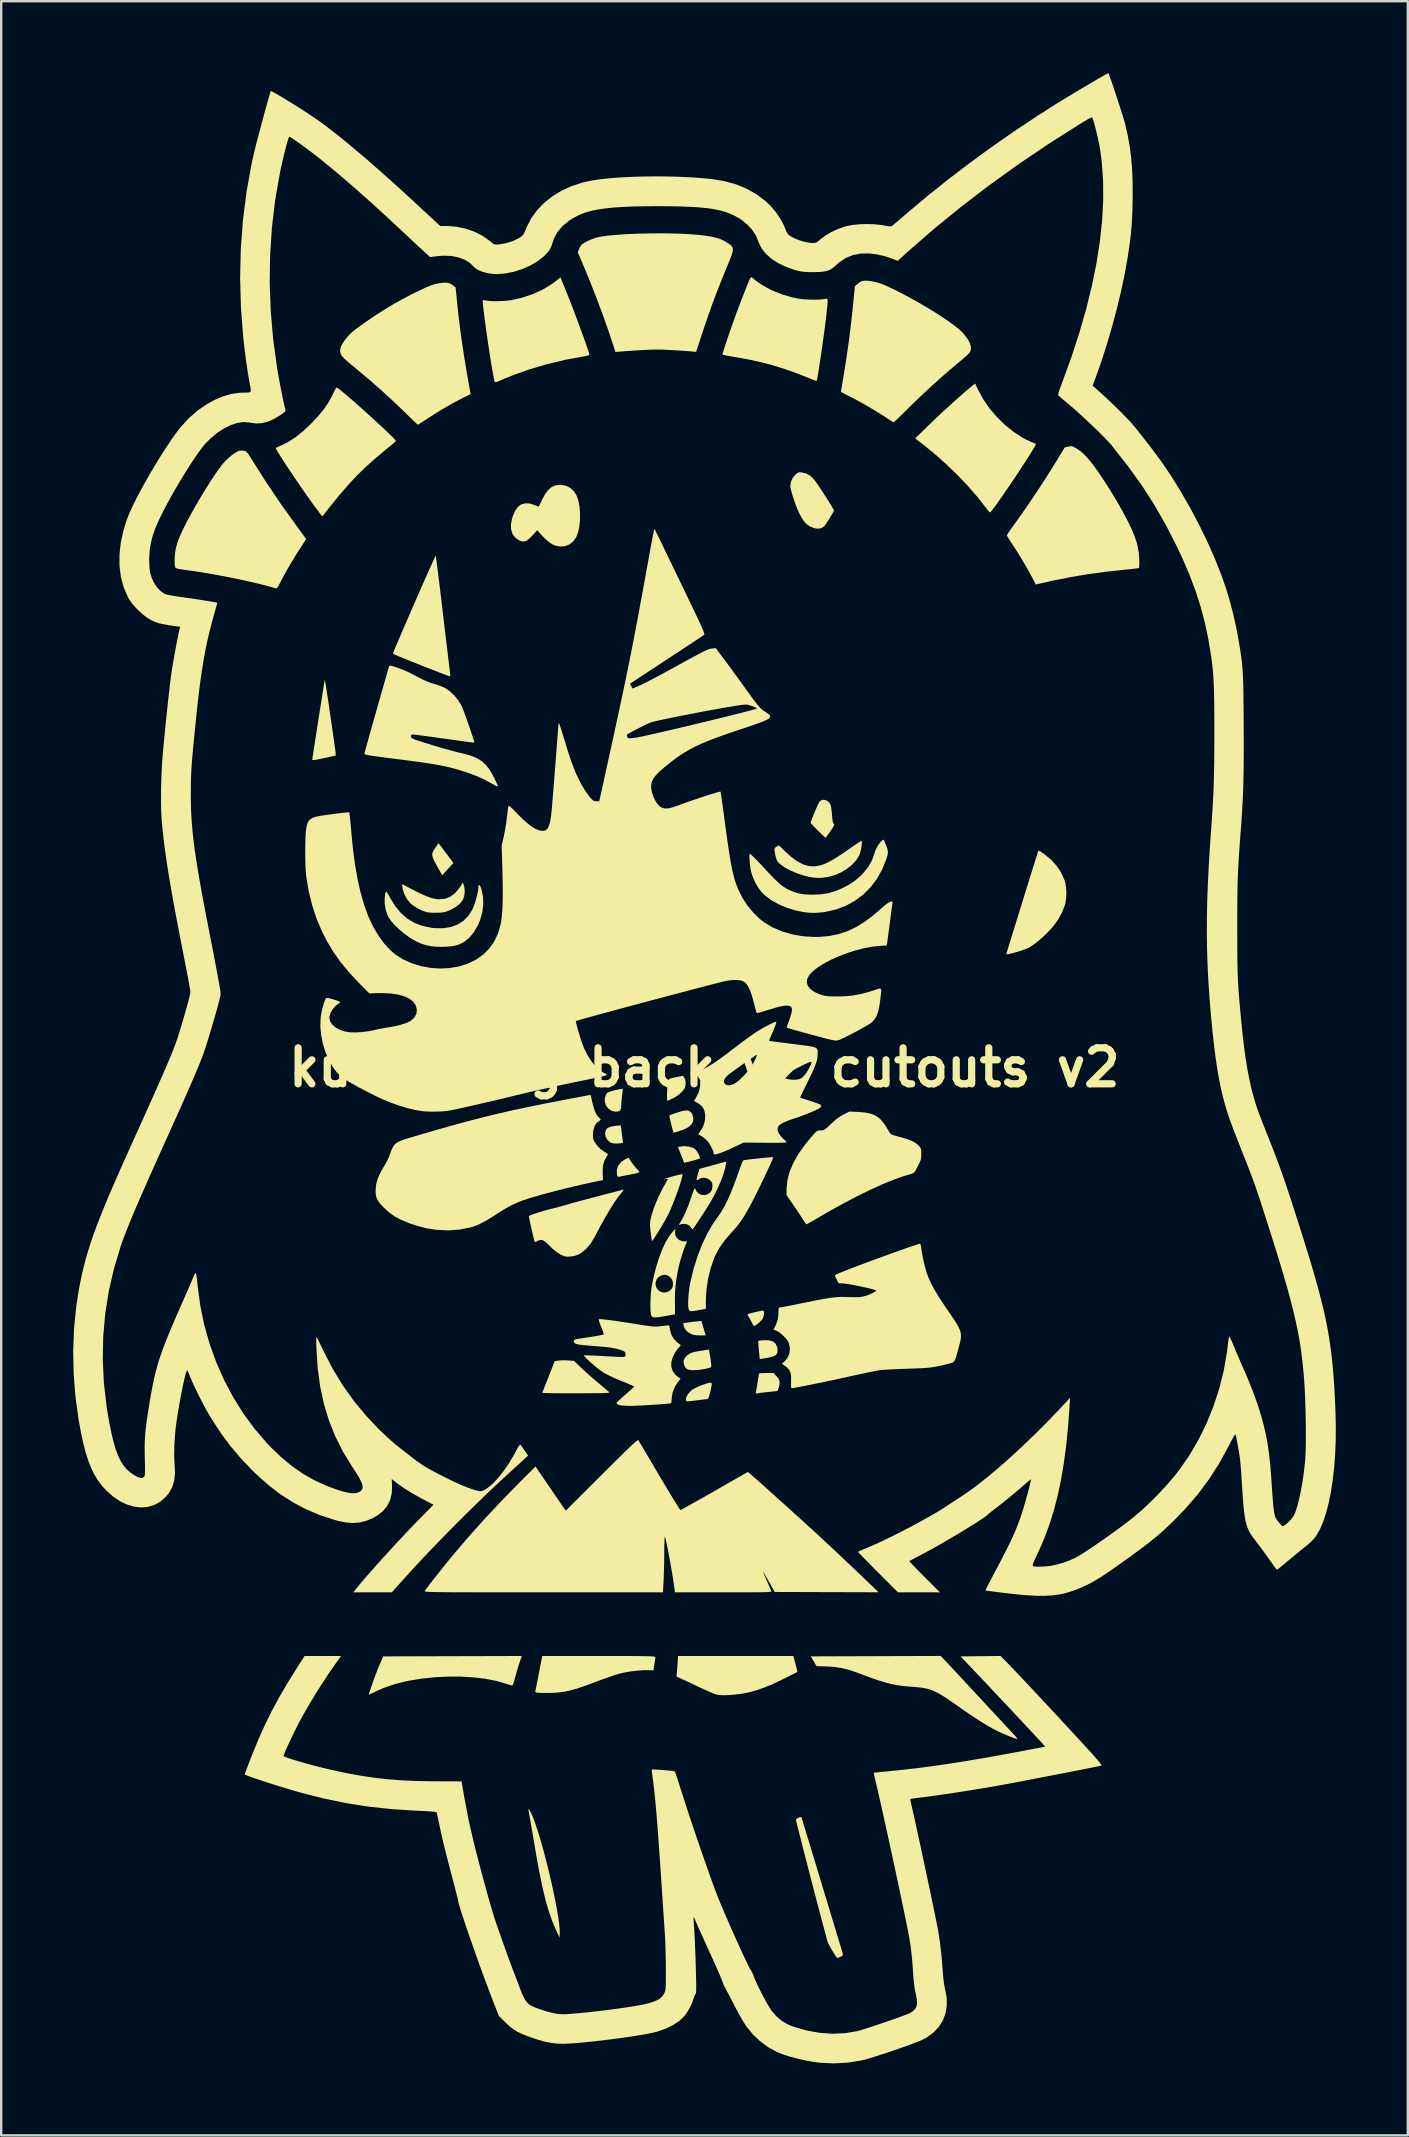
<source format=kicad_pcb>
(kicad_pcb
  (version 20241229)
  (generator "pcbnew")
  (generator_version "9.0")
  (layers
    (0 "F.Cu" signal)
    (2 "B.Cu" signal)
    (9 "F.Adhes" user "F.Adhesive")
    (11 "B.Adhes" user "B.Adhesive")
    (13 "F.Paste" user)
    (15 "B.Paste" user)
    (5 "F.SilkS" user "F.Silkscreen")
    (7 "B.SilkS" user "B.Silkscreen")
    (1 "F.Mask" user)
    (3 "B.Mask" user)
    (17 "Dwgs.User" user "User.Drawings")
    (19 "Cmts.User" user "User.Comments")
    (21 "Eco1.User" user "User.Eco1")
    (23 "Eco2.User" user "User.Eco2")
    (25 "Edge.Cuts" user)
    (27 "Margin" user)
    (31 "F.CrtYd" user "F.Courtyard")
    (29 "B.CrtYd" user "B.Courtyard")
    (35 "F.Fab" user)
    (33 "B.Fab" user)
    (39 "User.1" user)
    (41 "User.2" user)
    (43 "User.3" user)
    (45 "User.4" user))
  (footprint "kurisu big back v2 cutouts v2"
    (layer "F.Cu")
    (at 26.304 41.443)
    (property "Reference" "kurisu big back v2 cutouts v2" (at 0 0 0) (layer "F.SilkS") (effects (font (size 1.5 1.5) (thickness 0.3))))
    (attr board_only exclude_from_pos_files exclude_from_bom)
    (fp_poly (pts (xy -0.031 10.864) (xy 0.057 11.163) (xy -0.191 11.163) (xy -0.346 11.158) (xy -0.462 11.138) (xy -0.563 11.099) (xy -0.582 11.09) (xy -0.733 10.987) (xy -0.827 10.859) (xy -0.86 10.754) (xy -0.88 10.653) (xy -0.61 10.616) (xy -0.469 10.598) (xy -0.338 10.583) (xy -0.243 10.573) (xy -0.229 10.572) (xy -0.118 10.564)) (stroke (width 0) (type solid)) (fill yes) (layer "F.SilkS"))
    (fp_poly (pts (xy -0.647 3.296) (xy -0.489 3.342) (xy -0.402 3.386) (xy -0.348 3.439) (xy -0.289 3.521) (xy -0.235 3.615) (xy -0.196 3.703) (xy -0.181 3.769) (xy -0.187 3.789) (xy -0.227 3.806) (xy -0.314 3.834) (xy -0.435 3.868) (xy -0.524 3.892) (xy -0.839 3.974) (xy -0.968 3.645) (xy -1.097 3.317) (xy -0.964 3.287) (xy -0.816 3.275)) (stroke (width 0) (type solid)) (fill yes) (layer "F.SilkS"))
    (fp_poly (pts (xy -10.838 -9.035) (xy -10.738 -8.902) (xy -10.646 -8.779) (xy -10.572 -8.68) (xy -10.529 -8.623) (xy -10.456 -8.526) (xy -10.69 -8.27) (xy -10.924 -8.014) (xy -11.105 -8.335) (xy -11.208 -8.523) (xy -11.28 -8.667) (xy -11.323 -8.776) (xy -11.339 -8.861) (xy -11.333 -8.932) (xy -11.307 -8.998) (xy -11.307 -8.998) (xy -11.253 -9.092) (xy -11.184 -9.197) (xy -11.163 -9.226) (xy -11.073 -9.351)) (stroke (width 0) (type solid)) (fill yes) (layer "F.SilkS"))
    (fp_poly (pts (xy 2.707 11.371) (xy 2.864 11.42) (xy 2.973 11.511) (xy 3.036 11.647) (xy 3.053 11.78) (xy 3.045 11.88) (xy 3.009 11.956) (xy 2.937 12.014) (xy 2.82 12.059) (xy 2.651 12.097) (xy 2.554 12.114) (xy 2.31 12.153) (xy 2.274 11.779) (xy 2.261 11.631) (xy 2.253 11.509) (xy 2.249 11.425) (xy 2.251 11.393) (xy 2.287 11.385) (xy 2.371 11.375) (xy 2.485 11.366) (xy 2.501 11.365)) (stroke (width 0) (type solid)) (fill yes) (layer "F.SilkS"))
    (fp_poly (pts (xy -0.836 0.419) (xy -0.793 0.514) (xy -0.777 0.642) (xy -0.79 0.775) (xy -0.823 0.87) (xy -0.914 0.995) (xy -1.054 1.122) (xy -1.228 1.24) (xy -1.42 1.338) (xy -1.473 1.359) (xy -1.553 1.39) (xy -1.553 1.12) (xy -1.548 0.953) (xy -1.535 0.791) (xy -1.515 0.648) (xy -1.49 0.54) (xy -1.463 0.48) (xy -1.462 0.478) (xy -1.421 0.461) (xy -1.332 0.436) (xy -1.213 0.408) (xy -1.167 0.399) (xy -0.896 0.345)) (stroke (width 0) (type solid)) (fill yes) (layer "F.SilkS"))
    (fp_poly (pts (xy -3.442 2.719) (xy -3.424 2.86) (xy -3.408 2.982) (xy -3.396 3.067) (xy -3.392 3.091) (xy -3.393 3.124) (xy -3.416 3.145) (xy -3.476 3.156) (xy -3.586 3.163) (xy -3.609 3.164) (xy -3.74 3.166) (xy -3.829 3.155) (xy -3.9 3.128) (xy -3.949 3.098) (xy -4.049 3.001) (xy -4.112 2.877) (xy -4.134 2.746) (xy -4.112 2.623) (xy -4.059 2.543) (xy -3.975 2.492) (xy -3.843 2.452) (xy -3.677 2.426) (xy -3.625 2.421) (xy -3.481 2.412)) (stroke (width 0) (type solid)) (fill yes) (layer "F.SilkS"))
    (fp_poly (pts (xy -3.05 3.925) (xy -2.962 4.046) (xy -2.861 4.17) (xy -2.807 4.229) (xy -2.75 4.287) (xy -2.716 4.329) (xy -2.712 4.359) (xy -2.745 4.383) (xy -2.821 4.406) (xy -2.946 4.432) (xy -3.122 4.466) (xy -3.273 4.496) (xy -3.407 4.522) (xy -3.505 4.542) (xy -3.549 4.552) (xy -3.598 4.553) (xy -3.626 4.517) (xy -3.642 4.452) (xy -3.646 4.266) (xy -3.591 4.096) (xy -3.478 3.949) (xy -3.313 3.832) (xy -3.294 3.822) (xy -3.16 3.756)) (stroke (width 0) (type solid)) (fill yes) (layer "F.SilkS"))
    (fp_poly (pts (xy 2.477 10.155) (xy 2.492 10.224) (xy 2.484 10.318) (xy 2.456 10.417) (xy 2.428 10.475) (xy 2.375 10.541) (xy 2.296 10.618) (xy 2.208 10.693) (xy 2.129 10.75) (xy 2.074 10.775) (xy 2.071 10.775) (xy 2.045 10.748) (xy 2.007 10.68) (xy 1.987 10.638) (xy 1.93 10.525) (xy 1.867 10.416) (xy 1.853 10.394) (xy 1.809 10.318) (xy 1.81 10.279) (xy 1.82 10.273) (xy 1.891 10.252) (xy 1.999 10.224) (xy 2.124 10.194) (xy 2.25 10.165) (xy 2.357 10.142) (xy 2.427 10.129) (xy 2.44 10.128)) (stroke (width 0) (type solid)) (fill yes) (layer "F.SilkS"))
    (fp_poly (pts (xy -0.604 1.822) (xy -0.523 1.909) (xy -0.5 1.957) (xy -0.456 2.117) (xy -0.47 2.258) (xy -0.541 2.382) (xy -0.672 2.491) (xy -0.864 2.587) (xy -1.047 2.65) (xy -1.157 2.683) (xy -1.239 2.708) (xy -1.276 2.718) (xy -1.277 2.718) (xy -1.289 2.689) (xy -1.312 2.616) (xy -1.336 2.532) (xy -1.38 2.36) (xy -1.416 2.209) (xy -1.441 2.091) (xy -1.453 2.016) (xy -1.452 1.995) (xy -1.401 1.973) (xy -1.308 1.938) (xy -1.189 1.898) (xy -1.064 1.857) (xy -0.95 1.823) (xy -0.867 1.801) (xy -0.716 1.787)) (stroke (width 0) (type solid)) (fill yes) (layer "F.SilkS"))
    (fp_poly (pts (xy 0.208 11.84) (xy 0.231 11.964) (xy 0.254 12.107) (xy 0.273 12.246) (xy 0.287 12.362) (xy 0.291 12.427) (xy 0.287 12.467) (xy 0.267 12.495) (xy 0.219 12.517) (xy 0.131 12.539) (xy 0.005 12.564) (xy -0.247 12.603) (xy -0.459 12.616) (xy -0.622 12.601) (xy -0.717 12.57) (xy -0.796 12.494) (xy -0.848 12.381) (xy -0.865 12.254) (xy -0.858 12.2) (xy -0.81 12.102) (xy -0.719 12.003) (xy -0.603 11.92) (xy -0.512 11.879) (xy -0.431 11.858) (xy -0.308 11.834) (xy -0.164 11.809) (xy -0.107 11.8) (xy 0.191 11.756)) (stroke (width 0) (type solid)) (fill yes) (layer "F.SilkS"))
    (fp_poly (pts (xy 3.011 12.869) (xy 3.089 12.961) (xy 3.127 13.037) (xy 3.138 13.124) (xy 3.139 13.137) (xy 3.127 13.253) (xy 3.098 13.364) (xy 3.094 13.375) (xy 3.049 13.482) (xy 2.665 13.522) (xy 2.507 13.539) (xy 2.366 13.556) (xy 2.259 13.571) (xy 2.203 13.581) (xy 2.148 13.587) (xy 2.141 13.561) (xy 2.145 13.547) (xy 2.158 13.494) (xy 2.177 13.393) (xy 2.199 13.259) (xy 2.219 13.129) (xy 2.241 12.983) (xy 2.262 12.862) (xy 2.278 12.779) (xy 2.287 12.749) (xy 2.324 12.741) (xy 2.411 12.736) (xy 2.531 12.733) (xy 2.594 12.732) (xy 2.884 12.732)) (stroke (width 0) (type solid)) (fill yes) (layer "F.SilkS"))
    (fp_poly (pts (xy -3.402 0.892) (xy -3.401 0.926) (xy -3.407 1.009) (xy -3.421 1.125) (xy -3.426 1.168) (xy -3.444 1.317) (xy -3.456 1.463) (xy -3.462 1.577) (xy -3.462 1.588) (xy -3.475 1.712) (xy -3.51 1.79) (xy -3.513 1.793) (xy -3.594 1.833) (xy -3.708 1.84) (xy -3.834 1.812) (xy -3.867 1.799) (xy -4.006 1.705) (xy -4.103 1.572) (xy -4.15 1.415) (xy -4.139 1.248) (xy -4.139 1.248) (xy -4.104 1.148) (xy -4.06 1.069) (xy -4.044 1.051) (xy -3.996 1.027) (xy -3.906 0.997) (xy -3.789 0.963) (xy -3.664 0.932) (xy -3.547 0.907) (xy -3.456 0.891) (xy -3.405 0.89)) (stroke (width 0) (type solid)) (fill yes) (layer "F.SilkS"))
    (fp_poly (pts (xy 0.298 13.145) (xy 0.312 13.182) (xy 0.305 13.242) (xy 0.271 13.424) (xy 0.233 13.583) (xy 0.196 13.708) (xy 0.161 13.79) (xy 0.134 13.817) (xy 0.095 13.82) (xy 0.006 13.831) (xy -0.121 13.846) (xy -0.272 13.865) (xy -0.274 13.865) (xy -0.456 13.888) (xy -0.584 13.902) (xy -0.668 13.909) (xy -0.718 13.908) (xy -0.744 13.899) (xy -0.758 13.883) (xy -0.764 13.867) (xy -0.764 13.788) (xy -0.723 13.685) (xy -0.652 13.575) (xy -0.559 13.474) (xy -0.499 13.426) (xy -0.395 13.366) (xy -0.258 13.301) (xy -0.106 13.238) (xy 0.043 13.185) (xy 0.169 13.149) (xy 0.25 13.137)) (stroke (width 0) (type solid)) (fill yes) (layer "F.SilkS"))
    (fp_poly (pts (xy -10.026 -7.616) (xy -10.004 -7.532) (xy -9.989 -7.414) (xy -9.985 -7.329) (xy -10.005 -7.137) (xy -10.074 -6.969) (xy -10.196 -6.819) (xy -10.375 -6.683) (xy -10.601 -6.561) (xy -10.717 -6.511) (xy -10.819 -6.48) (xy -10.932 -6.462) (xy -11.079 -6.453) (xy -11.127 -6.451) (xy -11.279 -6.45) (xy -11.421 -6.456) (xy -11.531 -6.467) (xy -11.564 -6.473) (xy -11.755 -6.539) (xy -11.955 -6.637) (xy -12.137 -6.753) (xy -12.247 -6.845) (xy -12.385 -7.012) (xy -12.495 -7.21) (xy -12.565 -7.415) (xy -12.58 -7.5) (xy -12.596 -7.646) (xy -12.163 -7.418) (xy -11.883 -7.276) (xy -11.648 -7.168) (xy -11.448 -7.091) (xy -11.276 -7.041) (xy -11.121 -7.016) (xy -11.034 -7.012) (xy -10.799 -7.036) (xy -10.589 -7.117) (xy -10.401 -7.256) (xy -10.23 -7.456) (xy -10.187 -7.518) (xy -10.064 -7.709)) (stroke (width 0) (type solid)) (fill yes) (layer "F.SilkS"))
    (fp_poly (pts (xy -5.656 12.209) (xy -5.431 12.227) (xy -5.131 12.515) (xy -4.992 12.644) (xy -4.822 12.798) (xy -4.64 12.957) (xy -4.466 13.105) (xy -4.429 13.136) (xy -4.289 13.254) (xy -4.163 13.36) (xy -4.061 13.446) (xy -3.993 13.504) (xy -3.973 13.522) (xy -3.964 13.534) (xy -3.969 13.545) (xy -3.993 13.553) (xy -4.043 13.56) (xy -4.123 13.565) (xy -4.238 13.569) (xy -4.394 13.572) (xy -4.596 13.574) (xy -4.849 13.575) (xy -5.159 13.576) (xy -5.341 13.577) (xy -5.637 13.577) (xy -5.912 13.576) (xy -6.159 13.574) (xy -6.372 13.572) (xy -6.544 13.568) (xy -6.669 13.565) (xy -6.741 13.56) (xy -6.755 13.557) (xy -6.741 13.521) (xy -6.707 13.435) (xy -6.656 13.306) (xy -6.592 13.144) (xy -6.518 12.959) (xy -6.489 12.884) (xy -6.231 12.234) (xy -6.055 12.212) (xy -5.926 12.203) (xy -5.771 12.203)) (stroke (width 0) (type solid)) (fill yes) (layer "F.SilkS"))
    (fp_poly (pts (xy 5.087 -11.137) (xy 5.183 -11.071) (xy 5.255 -10.967) (xy 5.27 -10.928) (xy 5.286 -10.85) (xy 5.304 -10.727) (xy 5.319 -10.582) (xy 5.325 -10.507) (xy 5.338 -10.349) (xy 5.355 -10.245) (xy 5.376 -10.185) (xy 5.398 -10.162) (xy 5.417 -10.142) (xy 5.413 -10.106) (xy 5.382 -10.044) (xy 5.321 -9.947) (xy 5.259 -9.856) (xy 5.179 -9.741) (xy 5.112 -9.649) (xy 5.068 -9.592) (xy 5.054 -9.578) (xy 5.026 -9.599) (xy 4.962 -9.657) (xy 4.87 -9.745) (xy 4.759 -9.852) (xy 4.736 -9.875) (xy 4.623 -9.987) (xy 4.529 -10.084) (xy 4.463 -10.157) (xy 4.434 -10.195) (xy 4.433 -10.198) (xy 4.445 -10.246) (xy 4.478 -10.339) (xy 4.526 -10.463) (xy 4.583 -10.605) (xy 4.644 -10.749) (xy 4.702 -10.883) (xy 4.752 -10.992) (xy 4.788 -11.063) (xy 4.795 -11.074) (xy 4.878 -11.144) (xy 4.98 -11.163)) (stroke (width 0) (type solid)) (fill yes) (layer "F.SilkS"))
    (fp_poly (pts (xy 3.8 24.853) (xy 3.835 24.989) (xy 3.861 25.098) (xy 3.876 25.169) (xy 3.877 25.189) (xy 3.846 25.206) (xy 3.766 25.247) (xy 3.646 25.308) (xy 3.494 25.385) (xy 3.319 25.472) (xy 3.27 25.496) (xy 2.87 25.687) (xy 2.506 25.84) (xy 2.165 25.959) (xy 1.834 26.047) (xy 1.5 26.108) (xy 1.149 26.146) (xy 0.987 26.157) (xy 0.778 26.162) (xy 0.614 26.152) (xy 0.485 26.126) (xy 0.404 26.098) (xy 0.275 26.046) (xy 0.112 25.975) (xy -0.076 25.89) (xy -0.277 25.796) (xy -0.356 25.758) (xy -0.551 25.665) (xy -0.729 25.58) (xy -0.883 25.509) (xy -1.001 25.455) (xy -1.075 25.423) (xy -1.092 25.417) (xy -1.14 25.393) (xy -1.155 25.346) (xy -1.15 25.276) (xy -1.141 25.191) (xy -1.13 25.063) (xy -1.119 24.914) (xy -1.114 24.842) (xy -1.094 24.526) (xy 1.309 24.526) (xy 3.712 24.526)) (stroke (width 0) (type solid)) (fill yes) (layer "F.SilkS"))
    (fp_poly (pts (xy -7.714 24.842) (xy -7.771 25.021) (xy -7.83 25.22) (xy -7.88 25.406) (xy -7.893 25.457) (xy -7.931 25.593) (xy -7.966 25.694) (xy -7.996 25.749) (xy -8.006 25.756) (xy -8.054 25.746) (xy -8.145 25.72) (xy -8.26 25.683) (xy -8.279 25.677) (xy -8.686 25.561) (xy -9.141 25.474) (xy -9.634 25.416) (xy -10.154 25.386) (xy -10.692 25.384) (xy -11.236 25.412) (xy -11.776 25.469) (xy -12.302 25.555) (xy -12.499 25.596) (xy -12.81 25.675) (xy -13.128 25.774) (xy -13.428 25.885) (xy -13.69 26) (xy -13.716 26.013) (xy -13.831 26.07) (xy -13.92 26.111) (xy -13.971 26.131) (xy -13.978 26.131) (xy -13.967 26.08) (xy -13.937 25.981) (xy -13.892 25.844) (xy -13.836 25.681) (xy -13.773 25.505) (xy -13.708 25.327) (xy -13.644 25.159) (xy -13.586 25.011) (xy -13.538 24.897) (xy -13.532 24.882) (xy -13.379 24.543) (xy -10.493 24.534) (xy -7.608 24.526)) (stroke (width 0) (type solid)) (fill yes) (layer "F.SilkS"))
    (fp_poly (pts (xy -7.302 30.928) (xy -7.299 30.931) (xy -7.268 30.977) (xy -7.221 31.068) (xy -7.166 31.192) (xy -7.122 31.3) (xy -7.03 31.552) (xy -6.933 31.846) (xy -6.833 32.172) (xy -6.733 32.526) (xy -6.632 32.898) (xy -6.534 33.282) (xy -6.44 33.671) (xy -6.352 34.057) (xy -6.27 34.434) (xy -6.197 34.793) (xy -6.135 35.128) (xy -6.085 35.431) (xy -6.049 35.696) (xy -6.028 35.914) (xy -6.024 36.079) (xy -6.025 36.102) (xy -6.036 36.256) (xy -6.138 36.039) (xy -6.247 35.798) (xy -6.347 35.548) (xy -6.442 35.283) (xy -6.532 34.997) (xy -6.619 34.684) (xy -6.704 34.338) (xy -6.789 33.955) (xy -6.875 33.526) (xy -6.965 33.048) (xy -7.058 32.514) (xy -7.101 32.26) (xy -7.148 31.979) (xy -7.193 31.717) (xy -7.233 31.482) (xy -7.268 31.279) (xy -7.297 31.118) (xy -7.317 31.003) (xy -7.329 30.943) (xy -7.331 30.937) (xy -7.334 30.908)) (stroke (width 0) (type solid)) (fill yes) (layer "F.SilkS"))
    (fp_poly (pts (xy 4.06 -24.803) (xy 4.074 -24.801) (xy 4.246 -24.759) (xy 4.392 -24.681) (xy 4.528 -24.559) (xy 4.629 -24.437) (xy 4.685 -24.359) (xy 4.762 -24.246) (xy 4.854 -24.107) (xy 4.955 -23.953) (xy 5.058 -23.791) (xy 5.159 -23.634) (xy 5.249 -23.489) (xy 5.324 -23.366) (xy 5.377 -23.276) (xy 5.402 -23.228) (xy 5.404 -23.224) (xy 5.387 -23.178) (xy 5.342 -23.093) (xy 5.277 -22.983) (xy 5.202 -22.861) (xy 5.125 -22.742) (xy 5.055 -22.638) (xy 5 -22.566) (xy 4.981 -22.545) (xy 4.858 -22.473) (xy 4.704 -22.458) (xy 4.562 -22.486) (xy 4.4 -22.552) (xy 4.262 -22.648) (xy 4.14 -22.784) (xy 4.025 -22.969) (xy 3.954 -23.109) (xy 3.878 -23.282) (xy 3.802 -23.475) (xy 3.731 -23.675) (xy 3.67 -23.867) (xy 3.622 -24.04) (xy 3.592 -24.178) (xy 3.585 -24.255) (xy 3.614 -24.421) (xy 3.693 -24.585) (xy 3.808 -24.723) (xy 3.822 -24.735) (xy 3.897 -24.79) (xy 3.966 -24.81)) (stroke (width 0) (type solid)) (fill yes) (layer "F.SilkS"))
    (fp_poly (pts (xy -15.809 -16.135) (xy -15.795 -16.05) (xy -15.773 -15.916) (xy -15.745 -15.74) (xy -15.713 -15.529) (xy -15.677 -15.292) (xy -15.639 -15.035) (xy -15.599 -14.765) (xy -15.559 -14.491) (xy -15.52 -14.219) (xy -15.482 -13.958) (xy -15.448 -13.714) (xy -15.417 -13.494) (xy -15.391 -13.307) (xy -15.372 -13.16) (xy -15.36 -13.059) (xy -15.356 -13.013) (xy -15.356 -13.011) (xy -15.391 -12.999) (xy -15.475 -12.978) (xy -15.595 -12.951) (xy -15.737 -12.92) (xy -15.887 -12.888) (xy -16.031 -12.859) (xy -16.155 -12.835) (xy -16.245 -12.819) (xy -16.284 -12.814) (xy -16.332 -12.819) (xy -16.34 -12.825) (xy -16.335 -12.863) (xy -16.322 -12.958) (xy -16.3 -13.101) (xy -16.272 -13.285) (xy -16.238 -13.504) (xy -16.2 -13.749) (xy -16.159 -14.015) (xy -16.115 -14.292) (xy -16.071 -14.575) (xy -16.027 -14.856) (xy -15.984 -15.127) (xy -15.944 -15.382) (xy -15.907 -15.613) (xy -15.875 -15.813) (xy -15.849 -15.974) (xy -15.829 -16.09) (xy -15.818 -16.153) (xy -15.816 -16.163)) (stroke (width 0) (type solid)) (fill yes) (layer "F.SilkS"))
    (fp_poly (pts (xy -5.766 -24.248) (xy -5.582 -24.154) (xy -5.427 -24.011) (xy -5.313 -23.823) (xy -5.312 -23.82) (xy -5.243 -23.605) (xy -5.198 -23.353) (xy -5.178 -23.08) (xy -5.182 -22.802) (xy -5.211 -22.535) (xy -5.263 -22.296) (xy -5.336 -22.107) (xy -5.459 -21.931) (xy -5.618 -21.805) (xy -5.803 -21.731) (xy -6.004 -21.714) (xy -6.212 -21.755) (xy -6.293 -21.788) (xy -6.43 -21.867) (xy -6.572 -21.981) (xy -6.731 -22.138) (xy -6.838 -22.256) (xy -6.961 -22.396) (xy -7.154 -22.185) (xy -7.289 -22.048) (xy -7.403 -21.963) (xy -7.505 -21.925) (xy -7.608 -21.93) (xy -7.722 -21.974) (xy -7.727 -21.977) (xy -7.886 -22.092) (xy -7.995 -22.245) (xy -8.053 -22.431) (xy -8.059 -22.646) (xy -8.012 -22.885) (xy -7.976 -22.992) (xy -7.887 -23.194) (xy -7.791 -23.34) (xy -7.682 -23.438) (xy -7.625 -23.47) (xy -7.459 -23.517) (xy -7.273 -23.506) (xy -7.082 -23.447) (xy -6.9 -23.372) (xy -6.764 -23.661) (xy -6.638 -23.895) (xy -6.508 -24.069) (xy -6.368 -24.189) (xy -6.214 -24.259) (xy -6.188 -24.266) (xy -5.972 -24.287)) (stroke (width 0) (type solid)) (fill yes) (layer "F.SilkS"))
    (fp_poly (pts (xy -0.913 4.447) (xy -0.91 4.49) (xy -0.929 4.584) (xy -0.966 4.719) (xy -1.019 4.887) (xy -1.083 5.078) (xy -1.156 5.283) (xy -1.235 5.493) (xy -1.316 5.699) (xy -1.397 5.892) (xy -1.473 6.062) (xy -1.491 6.099) (xy -1.545 6.206) (xy -1.622 6.343) (xy -1.712 6.501) (xy -1.81 6.667) (xy -1.909 6.831) (xy -2.002 6.981) (xy -2.082 7.106) (xy -2.143 7.194) (xy -2.172 7.23) (xy -2.182 7.207) (xy -2.198 7.133) (xy -2.216 7.021) (xy -2.226 6.947) (xy -2.244 6.8) (xy -2.258 6.663) (xy -2.265 6.56) (xy -2.265 6.533) (xy -2.248 6.368) (xy -2.199 6.16) (xy -2.124 5.92) (xy -2.025 5.658) (xy -1.908 5.387) (xy -1.775 5.117) (xy -1.698 4.974) (xy -1.627 4.846) (xy -1.57 4.74) (xy -1.532 4.667) (xy -1.521 4.641) (xy -1.548 4.637) (xy -1.61 4.647) (xy -1.668 4.657) (xy -1.683 4.651) (xy -1.683 4.651) (xy -1.643 4.633) (xy -1.558 4.605) (xy -1.441 4.57) (xy -1.309 4.534) (xy -1.175 4.499) (xy -1.055 4.47) (xy -0.964 4.451) (xy -0.916 4.446)) (stroke (width 0) (type solid)) (fill yes) (layer "F.SilkS"))
    (fp_poly (pts (xy 11.416 -28.237) (xy 11.628 -27.848) (xy 11.892 -27.469) (xy 12.198 -27.109) (xy 12.536 -26.779) (xy 12.897 -26.489) (xy 13.27 -26.249) (xy 13.443 -26.159) (xy 13.571 -26.098) (xy 13.68 -26.05) (xy 13.754 -26.021) (xy 13.777 -26.015) (xy 13.814 -25.992) (xy 13.816 -25.98) (xy 13.799 -25.934) (xy 13.749 -25.841) (xy 13.67 -25.709) (xy 13.568 -25.543) (xy 13.445 -25.35) (xy 13.307 -25.135) (xy 13.156 -24.906) (xy 12.998 -24.668) (xy 12.837 -24.427) (xy 12.676 -24.189) (xy 12.52 -23.961) (xy 12.373 -23.748) (xy 12.238 -23.558) (xy 12.121 -23.395) (xy 12.025 -23.267) (xy 11.955 -23.179) (xy 11.913 -23.137) (xy 11.908 -23.135) (xy 11.876 -23.159) (xy 11.82 -23.223) (xy 11.756 -23.305) (xy 11.398 -23.765) (xy 10.99 -24.235) (xy 10.541 -24.705) (xy 10.064 -25.165) (xy 9.568 -25.603) (xy 9.127 -25.96) (xy 8.79 -26.222) (xy 9.372 -26.79) (xy 9.567 -26.979) (xy 9.786 -27.186) (xy 10.019 -27.402) (xy 10.257 -27.619) (xy 10.49 -27.83) (xy 10.71 -28.025) (xy 10.908 -28.197) (xy 11.074 -28.337) (xy 11.159 -28.406) (xy 11.288 -28.508)) (stroke (width 0) (type solid)) (fill yes) (layer "F.SilkS"))
    (fp_poly (pts (xy 6.565 -9.419) (xy 6.566 -9.345) (xy 6.555 -9.238) (xy 6.535 -9.116) (xy 6.507 -8.993) (xy 6.473 -8.885) (xy 6.456 -8.843) (xy 6.334 -8.643) (xy 6.159 -8.453) (xy 5.943 -8.28) (xy 5.698 -8.132) (xy 5.436 -8.017) (xy 5.168 -7.945) (xy 5.161 -7.943) (xy 4.94 -7.911) (xy 4.751 -7.902) (xy 4.562 -7.915) (xy 4.384 -7.944) (xy 4.123 -8.007) (xy 3.856 -8.098) (xy 3.6 -8.208) (xy 3.371 -8.329) (xy 3.188 -8.456) (xy 3.158 -8.482) (xy 3.093 -8.541) (xy 3.047 -8.598) (xy 3.012 -8.665) (xy 2.984 -8.757) (xy 2.955 -8.888) (xy 2.929 -9.028) (xy 2.921 -9.107) (xy 2.946 -9.157) (xy 3.01 -9.201) (xy 3.111 -9.261) (xy 3.376 -9.003) (xy 3.64 -8.765) (xy 3.888 -8.586) (xy 4.125 -8.465) (xy 4.355 -8.398) (xy 4.584 -8.384) (xy 4.817 -8.421) (xy 4.856 -8.432) (xy 5.003 -8.483) (xy 5.164 -8.556) (xy 5.346 -8.655) (xy 5.557 -8.784) (xy 5.804 -8.947) (xy 5.998 -9.081) (xy 6.16 -9.193) (xy 6.304 -9.292) (xy 6.423 -9.371) (xy 6.506 -9.424) (xy 6.547 -9.447) (xy 6.549 -9.447)) (stroke (width 0) (type solid)) (fill yes) (layer "F.SilkS"))
    (fp_poly (pts (xy 13.98 -9.023) (xy 14.048 -8.98) (xy 14.157 -8.904) (xy 14.441 -8.673) (xy 14.682 -8.41) (xy 14.873 -8.124) (xy 15.009 -7.824) (xy 15.033 -7.749) (xy 15.073 -7.55) (xy 15.09 -7.318) (xy 15.083 -7.08) (xy 15.054 -6.864) (xy 15.033 -6.781) (xy 14.91 -6.464) (xy 14.733 -6.147) (xy 14.564 -5.912) (xy 14.426 -5.752) (xy 14.261 -5.583) (xy 14.081 -5.414) (xy 13.899 -5.257) (xy 13.726 -5.123) (xy 13.576 -5.022) (xy 13.515 -4.989) (xy 13.418 -4.947) (xy 13.291 -4.901) (xy 13.146 -4.853) (xy 12.996 -4.807) (xy 12.853 -4.768) (xy 12.73 -4.737) (xy 12.638 -4.72) (xy 12.591 -4.719) (xy 12.587 -4.723) (xy 12.596 -4.756) (xy 12.623 -4.845) (xy 12.665 -4.984) (xy 12.72 -5.166) (xy 12.788 -5.385) (xy 12.865 -5.635) (xy 12.95 -5.911) (xy 13.041 -6.206) (xy 13.136 -6.514) (xy 13.233 -6.829) (xy 13.331 -7.145) (xy 13.427 -7.455) (xy 13.52 -7.754) (xy 13.608 -8.036) (xy 13.688 -8.294) (xy 13.759 -8.522) (xy 13.82 -8.714) (xy 13.867 -8.865) (xy 13.9 -8.968) (xy 13.906 -8.989) (xy 13.92 -9.023) (xy 13.941 -9.036)) (stroke (width 0) (type solid)) (fill yes) (layer "F.SilkS"))
    (fp_poly (pts (xy -3.949 24.526) (xy -3.562 24.527) (xy -3.23 24.527) (xy -2.951 24.528) (xy -2.719 24.53) (xy -2.529 24.532) (xy -2.379 24.535) (xy -2.262 24.538) (xy -2.176 24.543) (xy -2.115 24.549) (xy -2.075 24.556) (xy -2.053 24.564) (xy -2.042 24.573) (xy -2.041 24.583) (xy -2.046 24.641) (xy -2.06 24.743) (xy -2.079 24.867) (xy -2.081 24.882) (xy -2.12 25.125) (xy -2.314 25.117) (xy -2.528 25.118) (xy -2.781 25.136) (xy -3.048 25.167) (xy -3.307 25.21) (xy -3.515 25.256) (xy -3.641 25.293) (xy -3.812 25.348) (xy -4.015 25.418) (xy -4.235 25.496) (xy -4.456 25.578) (xy -4.51 25.599) (xy -4.85 25.726) (xy -5.142 25.829) (xy -5.395 25.909) (xy -5.62 25.97) (xy -5.828 26.013) (xy -6.027 26.041) (xy -6.229 26.058) (xy -6.374 26.063) (xy -6.548 26.066) (xy -6.709 26.066) (xy -6.841 26.063) (xy -6.927 26.059) (xy -6.934 26.058) (xy -7.015 26.042) (xy -7.044 26.014) (xy -7.042 25.988) (xy -7.031 25.942) (xy -7.011 25.841) (xy -6.982 25.698) (xy -6.947 25.52) (xy -6.908 25.319) (xy -6.891 25.23) (xy -6.755 24.526) (xy -4.397 24.526)) (stroke (width 0) (type solid)) (fill yes) (layer "F.SilkS"))
    (fp_poly (pts (xy -11.188 -21.296) (xy -11.174 -21.201) (xy -11.154 -21.053) (xy -11.128 -20.855) (xy -11.098 -20.613) (xy -11.063 -20.331) (xy -11.024 -20.016) (xy -10.982 -19.672) (xy -10.938 -19.304) (xy -10.892 -18.917) (xy -10.89 -18.896) (xy -10.844 -18.506) (xy -10.8 -18.134) (xy -10.758 -17.783) (xy -10.719 -17.46) (xy -10.685 -17.171) (xy -10.654 -16.919) (xy -10.629 -16.71) (xy -10.609 -16.551) (xy -10.596 -16.444) (xy -10.589 -16.397) (xy -10.589 -16.397) (xy -10.587 -16.329) (xy -10.617 -16.31) (xy -10.656 -16.322) (xy -10.749 -16.355) (xy -10.888 -16.407) (xy -11.066 -16.475) (xy -11.278 -16.557) (xy -11.515 -16.649) (xy -11.772 -16.75) (xy -11.818 -16.768) (xy -12.076 -16.87) (xy -12.313 -16.966) (xy -12.524 -17.052) (xy -12.703 -17.127) (xy -12.841 -17.187) (xy -12.934 -17.23) (xy -12.974 -17.252) (xy -12.975 -17.254) (xy -12.963 -17.292) (xy -12.927 -17.382) (xy -12.87 -17.519) (xy -12.796 -17.696) (xy -12.705 -17.909) (xy -12.602 -18.15) (xy -12.488 -18.415) (xy -12.365 -18.697) (xy -12.238 -18.991) (xy -12.107 -19.291) (xy -11.976 -19.591) (xy -11.847 -19.885) (xy -11.723 -20.167) (xy -11.606 -20.432) (xy -11.498 -20.674) (xy -11.403 -20.886) (xy -11.323 -21.064) (xy -11.26 -21.201) (xy -11.217 -21.292) (xy -11.196 -21.33) (xy -11.195 -21.331)) (stroke (width 0) (type solid)) (fill yes) (layer "F.SilkS"))
    (fp_poly (pts (xy -9.353 -7.584) (xy -9.312 -7.497) (xy -9.285 -7.419) (xy -9.222 -7.119) (xy -9.212 -6.798) (xy -9.254 -6.466) (xy -9.348 -6.137) (xy -9.432 -5.937) (xy -9.599 -5.647) (xy -9.792 -5.412) (xy -10.01 -5.235) (xy -10.251 -5.116) (xy -10.325 -5.094) (xy -10.502 -5.059) (xy -10.719 -5.037) (xy -10.955 -5.03) (xy -11.185 -5.036) (xy -11.388 -5.057) (xy -11.427 -5.064) (xy -11.642 -5.113) (xy -11.832 -5.176) (xy -12.02 -5.264) (xy -12.224 -5.383) (xy -12.328 -5.451) (xy -12.533 -5.601) (xy -12.73 -5.768) (xy -12.909 -5.942) (xy -13.056 -6.111) (xy -13.161 -6.263) (xy -13.177 -6.293) (xy -13.275 -6.555) (xy -13.321 -6.838) (xy -13.319 -7.059) (xy -13.303 -7.21) (xy -13.285 -7.299) (xy -13.26 -7.328) (xy -13.222 -7.297) (xy -13.166 -7.206) (xy -13.101 -7.085) (xy -12.888 -6.736) (xy -12.65 -6.444) (xy -12.384 -6.21) (xy -12.086 -6.03) (xy -11.754 -5.903) (xy -11.384 -5.826) (xy -11.224 -5.809) (xy -10.876 -5.806) (xy -10.562 -5.857) (xy -10.282 -5.961) (xy -10.038 -6.116) (xy -9.834 -6.322) (xy -9.67 -6.578) (xy -9.668 -6.582) (xy -9.613 -6.71) (xy -9.556 -6.873) (xy -9.502 -7.052) (xy -9.458 -7.227) (xy -9.427 -7.381) (xy -9.416 -7.493) (xy -9.408 -7.584) (xy -9.386 -7.613)) (stroke (width 0) (type solid)) (fill yes) (layer "F.SilkS"))
    (fp_poly (pts (xy -5.814 -32.492) (xy -5.726 -32.273) (xy -5.629 -32.028) (xy -5.527 -31.766) (xy -5.422 -31.492) (xy -5.317 -31.214) (xy -5.215 -30.939) (xy -5.118 -30.675) (xy -5.028 -30.428) (xy -4.949 -30.206) (xy -4.883 -30.016) (xy -4.832 -29.864) (xy -4.8 -29.758) (xy -4.789 -29.706) (xy -4.789 -29.706) (xy -4.818 -29.687) (xy -4.896 -29.664) (xy -5.006 -29.642) (xy -5.023 -29.639) (xy -5.795 -29.496) (xy -6.547 -29.317) (xy -7.268 -29.106) (xy -7.947 -28.866) (xy -8.318 -28.715) (xy -8.482 -28.643) (xy -8.597 -28.595) (xy -8.671 -28.57) (xy -8.715 -28.567) (xy -8.738 -28.586) (xy -8.751 -28.627) (xy -8.763 -28.688) (xy -8.764 -28.694) (xy -8.796 -28.852) (xy -8.831 -29.049) (xy -8.871 -29.28) (xy -8.912 -29.536) (xy -8.955 -29.811) (xy -8.999 -30.097) (xy -9.041 -30.386) (xy -9.082 -30.673) (xy -9.12 -30.948) (xy -9.155 -31.206) (xy -9.184 -31.439) (xy -9.208 -31.639) (xy -9.225 -31.8) (xy -9.234 -31.914) (xy -9.233 -31.974) (xy -9.231 -31.98) (xy -9.196 -31.982) (xy -9.119 -31.972) (xy -9.083 -31.965) (xy -8.928 -31.946) (xy -8.73 -31.939) (xy -8.509 -31.942) (xy -8.287 -31.955) (xy -8.083 -31.978) (xy -8.037 -31.986) (xy -7.579 -32.09) (xy -7.139 -32.239) (xy -6.73 -32.426) (xy -6.361 -32.649) (xy -6.173 -32.79) (xy -5.996 -32.934)) (stroke (width 0) (type solid)) (fill yes) (layer "F.SilkS"))
    (fp_poly (pts (xy 4.155 31.591) (xy 4.176 31.662) (xy 4.215 31.787) (xy 4.268 31.962) (xy 4.334 32.18) (xy 4.411 32.436) (xy 4.499 32.723) (xy 4.594 33.037) (xy 4.695 33.371) (xy 4.801 33.72) (xy 4.909 34.078) (xy 5.018 34.439) (xy 5.127 34.797) (xy 5.232 35.147) (xy 5.334 35.482) (xy 5.429 35.798) (xy 5.517 36.088) (xy 5.595 36.346) (xy 5.662 36.567) (xy 5.715 36.745) (xy 5.754 36.874) (xy 5.776 36.948) (xy 5.779 36.958) (xy 5.771 37.005) (xy 5.711 37.048) (xy 5.676 37.063) (xy 5.596 37.095) (xy 5.544 37.112) (xy 5.537 37.113) (xy 5.513 37.086) (xy 5.465 37.016) (xy 5.399 36.913) (xy 5.348 36.829) (xy 5.273 36.7) (xy 5.208 36.583) (xy 5.163 36.494) (xy 5.148 36.461) (xy 5.131 36.407) (xy 5.1 36.296) (xy 5.057 36.136) (xy 5.002 35.932) (xy 4.937 35.691) (xy 4.865 35.416) (xy 4.785 35.115) (xy 4.701 34.794) (xy 4.613 34.457) (xy 4.522 34.112) (xy 4.432 33.763) (xy 4.342 33.416) (xy 4.254 33.077) (xy 4.17 32.752) (xy 4.092 32.447) (xy 4.021 32.168) (xy 3.958 31.919) (xy 3.905 31.708) (xy 3.863 31.54) (xy 3.834 31.42) (xy 3.82 31.355) (xy 3.818 31.345) (xy 3.846 31.307) (xy 3.915 31.271) (xy 3.931 31.265) (xy 4.043 31.231)) (stroke (width 0) (type solid)) (fill yes) (layer "F.SilkS"))
    (fp_poly (pts (xy 10.047 24.728) (xy 10.105 24.789) (xy 10.202 24.893) (xy 10.334 25.034) (xy 10.496 25.208) (xy 10.683 25.409) (xy 10.89 25.632) (xy 11.114 25.873) (xy 11.348 26.126) (xy 11.516 26.306) (xy 11.753 26.562) (xy 11.982 26.809) (xy 12.196 27.04) (xy 12.393 27.251) (xy 12.566 27.438) (xy 12.713 27.595) (xy 12.828 27.717) (xy 12.906 27.801) (xy 12.938 27.835) (xy 13.007 27.913) (xy 13.043 27.967) (xy 13.039 27.987) (xy 13.039 27.987) (xy 12.991 27.975) (xy 12.898 27.943) (xy 12.773 27.896) (xy 12.651 27.848) (xy 12.434 27.756) (xy 12.223 27.657) (xy 12.011 27.548) (xy 11.789 27.423) (xy 11.551 27.278) (xy 11.288 27.108) (xy 10.993 26.91) (xy 10.659 26.678) (xy 10.5 26.565) (xy 10.226 26.375) (xy 9.993 26.22) (xy 9.791 26.099) (xy 9.61 26.005) (xy 9.44 25.935) (xy 9.271 25.885) (xy 9.094 25.851) (xy 8.898 25.828) (xy 8.736 25.816) (xy 8.473 25.796) (xy 8.234 25.771) (xy 8.008 25.737) (xy 7.786 25.692) (xy 7.555 25.633) (xy 7.306 25.558) (xy 7.027 25.464) (xy 6.709 25.347) (xy 6.427 25.24) (xy 6.063 25.114) (xy 5.721 25.029) (xy 5.377 24.979) (xy 5.081 24.961) (xy 4.678 24.949) (xy 4.558 24.746) (xy 4.439 24.543) (xy 7.146 24.533) (xy 9.853 24.524)) (stroke (width 0) (type solid)) (fill yes) (layer "F.SilkS"))
    (fp_poly (pts (xy 0.895 4.063) (xy 0.854 4.254) (xy 0.782 4.485) (xy 0.684 4.746) (xy 0.563 5.022) (xy 0.426 5.303) (xy 0.28 5.571) (xy 0.217 5.677) (xy 0.132 5.814) (xy 0.033 5.97) (xy -0.074 6.136) (xy -0.182 6.301) (xy -0.284 6.454) (xy -0.372 6.585) (xy -0.441 6.683) (xy -0.482 6.738) (xy -0.484 6.739) (xy -0.511 6.732) (xy -0.544 6.682) (xy -0.619 6.589) (xy -0.734 6.53) (xy -0.867 6.514) (xy -0.938 6.525) (xy -1.066 6.559) (xy -0.983 6.426) (xy -0.87 6.223) (xy -0.758 5.981) (xy -0.643 5.691) (xy -0.549 5.422) (xy -0.489 5.247) (xy -0.445 5.127) (xy -0.414 5.058) (xy -0.393 5.033) (xy -0.38 5.046) (xy -0.378 5.053) (xy -0.316 5.176) (xy -0.212 5.266) (xy -0.083 5.314) (xy 0.054 5.312) (xy 0.107 5.294) (xy 0.237 5.217) (xy 0.312 5.114) (xy 0.339 4.972) (xy 0.34 4.945) (xy 0.334 4.839) (xy 0.308 4.769) (xy 0.25 4.704) (xy 0.234 4.689) (xy 0.109 4.615) (xy -0.032 4.591) (xy -0.169 4.62) (xy -0.238 4.662) (xy -0.287 4.696) (xy -0.314 4.699) (xy -0.319 4.664) (xy -0.302 4.582) (xy -0.266 4.446) (xy -0.263 4.434) (xy -0.205 4.225) (xy 0.051 4.155) (xy 0.206 4.113) (xy 0.39 4.062) (xy 0.568 4.013) (xy 0.611 4.001) (xy 0.914 3.917)) (stroke (width 0) (type solid)) (fill yes) (layer "F.SilkS"))
    (fp_poly (pts (xy 15.324 -25.894) (xy 15.396 -25.867) (xy 15.496 -25.812) (xy 15.498 -25.811) (xy 15.655 -25.705) (xy 15.813 -25.571) (xy 15.976 -25.401) (xy 16.151 -25.189) (xy 16.343 -24.931) (xy 16.555 -24.622) (xy 16.804 -24.24) (xy 17.024 -23.888) (xy 17.228 -23.545) (xy 17.427 -23.191) (xy 17.633 -22.805) (xy 17.636 -22.798) (xy 17.813 -22.437) (xy 17.948 -22.109) (xy 18.043 -21.803) (xy 18.102 -21.506) (xy 18.129 -21.207) (xy 18.13 -21.14) (xy 18.131 -21.007) (xy 18.127 -20.9) (xy 18.12 -20.835) (xy 18.115 -20.822) (xy 18.077 -20.812) (xy 17.987 -20.799) (xy 17.854 -20.782) (xy 17.691 -20.764) (xy 17.581 -20.754) (xy 16.773 -20.668) (xy 16.005 -20.564) (xy 15.257 -20.439) (xy 14.507 -20.289) (xy 14.018 -20.179) (xy 13.815 -20.131) (xy 13.714 -20.331) (xy 13.619 -20.512) (xy 13.497 -20.731) (xy 13.358 -20.972) (xy 13.21 -21.221) (xy 13.063 -21.461) (xy 12.926 -21.677) (xy 12.855 -21.784) (xy 12.765 -21.92) (xy 12.69 -22.038) (xy 12.636 -22.127) (xy 12.611 -22.176) (xy 12.61 -22.181) (xy 12.628 -22.215) (xy 12.678 -22.294) (xy 12.756 -22.408) (xy 12.856 -22.55) (xy 12.971 -22.711) (xy 13.008 -22.762) (xy 13.23 -23.073) (xy 13.475 -23.426) (xy 13.732 -23.806) (xy 13.993 -24.199) (xy 14.247 -24.59) (xy 14.484 -24.965) (xy 14.686 -25.291) (xy 15.021 -25.844) (xy 15.171 -25.879) (xy 15.258 -25.896)) (stroke (width 0) (type solid)) (fill yes) (layer "F.SilkS"))
    (fp_poly (pts (xy -3.36 5.094) (xy -3.379 5.133) (xy -3.444 5.212) (xy -3.452 5.222) (xy -3.59 5.394) (xy -3.748 5.621) (xy -3.923 5.897) (xy -4.112 6.215) (xy -4.31 6.57) (xy -4.514 6.956) (xy -4.56 7.044) (xy -4.734 7.333) (xy -4.93 7.564) (xy -5.147 7.737) (xy -5.254 7.796) (xy -5.393 7.846) (xy -5.551 7.876) (xy -5.704 7.884) (xy -5.824 7.867) (xy -5.824 7.867) (xy -5.993 7.795) (xy -6.159 7.688) (xy -6.337 7.538) (xy -6.436 7.441) (xy -6.566 7.314) (xy -6.667 7.232) (xy -6.75 7.19) (xy -6.827 7.185) (xy -6.911 7.21) (xy -6.961 7.234) (xy -7.03 7.265) (xy -7.067 7.275) (xy -7.069 7.275) (xy -7.08 7.24) (xy -7.101 7.155) (xy -7.13 7.032) (xy -7.165 6.885) (xy -7.201 6.726) (xy -7.237 6.567) (xy -7.268 6.422) (xy -7.293 6.303) (xy -7.309 6.224) (xy -7.313 6.198) (xy -7.283 6.174) (xy -7.198 6.136) (xy -7.066 6.089) (xy -6.896 6.035) (xy -6.696 5.975) (xy -6.474 5.914) (xy -6.245 5.855) (xy -6.085 5.814) (xy -5.896 5.762) (xy -5.71 5.71) (xy -5.646 5.691) (xy -5.529 5.657) (xy -5.362 5.611) (xy -5.154 5.555) (xy -4.919 5.492) (xy -4.668 5.426) (xy -4.412 5.359) (xy -4.384 5.352) (xy -4.145 5.29) (xy -3.925 5.232) (xy -3.73 5.182) (xy -3.571 5.14) (xy -3.455 5.109) (xy -3.391 5.092) (xy -3.383 5.09)) (stroke (width 0) (type solid)) (fill yes) (layer "F.SilkS"))
    (fp_poly (pts (xy -1.457 -34.764) (xy -1.077 -34.755) (xy -0.719 -34.739) (xy -0.393 -34.717) (xy -0.293 -34.708) (xy 0.019 -34.674) (xy 0.277 -34.634) (xy 0.492 -34.586) (xy 0.673 -34.526) (xy 0.831 -34.453) (xy 0.967 -34.37) (xy 1.057 -34.308) (xy 1.124 -34.253) (xy 1.169 -34.196) (xy 1.19 -34.13) (xy 1.189 -34.046) (xy 1.163 -33.936) (xy 1.114 -33.792) (xy 1.041 -33.606) (xy 0.943 -33.369) (xy 0.931 -33.341) (xy 0.704 -32.785) (xy 0.5 -32.266) (xy 0.313 -31.764) (xy 0.134 -31.259) (xy -0.044 -30.733) (xy -0.072 -30.647) (xy -0.34 -29.828) (xy -0.518 -29.845) (xy -0.606 -29.853) (xy -0.745 -29.863) (xy -0.922 -29.875) (xy -1.123 -29.888) (xy -1.335 -29.901) (xy -1.351 -29.902) (xy -1.539 -29.912) (xy -1.71 -29.92) (xy -1.875 -29.923) (xy -2.041 -29.924) (xy -2.219 -29.92) (xy -2.418 -29.912) (xy -2.647 -29.899) (xy -2.916 -29.882) (xy -3.234 -29.86) (xy -3.462 -29.843) (xy -3.705 -29.825) (xy -3.845 -30.258) (xy -4.034 -30.819) (xy -4.248 -31.418) (xy -4.479 -32.035) (xy -4.72 -32.653) (xy -4.964 -33.253) (xy -5.109 -33.595) (xy -5.273 -33.977) (xy -5.22 -34.113) (xy -5.172 -34.212) (xy -5.116 -34.292) (xy -5.099 -34.308) (xy -5.003 -34.374) (xy -4.864 -34.447) (xy -4.704 -34.517) (xy -4.543 -34.576) (xy -4.449 -34.603) (xy -4.259 -34.64) (xy -4.013 -34.673) (xy -3.72 -34.701) (xy -3.389 -34.725) (xy -3.027 -34.744) (xy -2.645 -34.757) (xy -2.25 -34.765) (xy -1.851 -34.768)) (stroke (width 0) (type solid)) (fill yes) (layer "F.SilkS"))
    (fp_poly (pts (xy -1.219 6.83) (xy -1.212 6.976) (xy -1.15 7.099) (xy -1.044 7.191) (xy -0.903 7.242) (xy -0.826 7.248) (xy -0.71 7.248) (xy -0.756 7.337) (xy -0.801 7.44) (xy -0.856 7.59) (xy -0.916 7.772) (xy -0.976 7.969) (xy -1.031 8.167) (xy -1.077 8.348) (xy -1.096 8.434) (xy -1.174 8.88) (xy -1.217 9.304) (xy -1.227 9.736) (xy -1.224 9.837) (xy -1.221 10) (xy -1.221 10.136) (xy -1.224 10.236) (xy -1.229 10.286) (xy -1.231 10.289) (xy -1.269 10.295) (xy -1.357 10.31) (xy -1.481 10.331) (xy -1.604 10.354) (xy -1.806 10.389) (xy -1.955 10.41) (xy -2.06 10.416) (xy -2.13 10.408) (xy -2.176 10.385) (xy -2.206 10.348) (xy -2.207 10.346) (xy -2.227 10.276) (xy -2.24 10.154) (xy -2.246 9.993) (xy -2.245 9.808) (xy -2.238 9.61) (xy -2.226 9.412) (xy -2.207 9.228) (xy -2.187 9.092) (xy -2.163 8.976) (xy -2.033 8.976) (xy -2.022 9.111) (xy -1.966 9.228) (xy -1.873 9.318) (xy -1.753 9.371) (xy -1.617 9.377) (xy -1.487 9.334) (xy -1.378 9.247) (xy -1.317 9.135) (xy -1.301 9.009) (xy -1.325 8.884) (xy -1.388 8.772) (xy -1.485 8.687) (xy -1.613 8.643) (xy -1.666 8.639) (xy -1.798 8.667) (xy -1.916 8.741) (xy -1.989 8.832) (xy -2.033 8.976) (xy -2.163 8.976) (xy -2.102 8.682) (xy -2 8.289) (xy -1.884 7.921) (xy -1.756 7.586) (xy -1.619 7.292) (xy -1.477 7.048) (xy -1.346 6.876) (xy -1.201 6.714)) (stroke (width 0) (type solid)) (fill yes) (layer "F.SilkS"))
    (fp_poly (pts (xy 2.873 3.738) (xy 2.865 3.77) (xy 2.832 3.852) (xy 2.778 3.975) (xy 2.707 4.132) (xy 2.622 4.315) (xy 2.528 4.515) (xy 2.429 4.725) (xy 2.327 4.936) (xy 2.227 5.139) (xy 2.133 5.328) (xy 2.119 5.355) (xy 1.955 5.673) (xy 1.81 5.941) (xy 1.677 6.168) (xy 1.55 6.364) (xy 1.424 6.538) (xy 1.291 6.701) (xy 1.147 6.861) (xy 1.134 6.875) (xy 0.843 7.21) (xy 0.613 7.542) (xy 0.437 7.879) (xy 0.42 7.918) (xy 0.269 8.345) (xy 0.157 8.805) (xy 0.087 9.277) (xy 0.065 9.716) (xy 0.065 10.056) (xy -0.218 10.108) (xy -0.382 10.137) (xy -0.494 10.153) (xy -0.565 10.154) (xy -0.608 10.139) (xy -0.635 10.109) (xy -0.651 10.071) (xy -0.668 9.985) (xy -0.674 9.85) (xy -0.67 9.679) (xy -0.657 9.486) (xy -0.636 9.284) (xy -0.608 9.089) (xy -0.583 8.957) (xy -0.45 8.405) (xy -0.287 7.881) (xy -0.1 7.392) (xy 0.11 6.945) (xy 0.338 6.549) (xy 0.49 6.329) (xy 0.627 6.136) (xy 0.753 5.938) (xy 0.871 5.728) (xy 0.985 5.495) (xy 1.1 5.231) (xy 1.221 4.927) (xy 1.352 4.573) (xy 1.413 4.401) (xy 1.474 4.231) (xy 1.529 4.082) (xy 1.574 3.965) (xy 1.605 3.892) (xy 1.616 3.872) (xy 1.653 3.862) (xy 1.742 3.848) (xy 1.871 3.831) (xy 2.027 3.813) (xy 2.199 3.794) (xy 2.374 3.775) (xy 2.54 3.759) (xy 2.685 3.746) (xy 2.796 3.738) (xy 2.861 3.736)) (stroke (width 0) (type solid)) (fill yes) (layer "F.SilkS"))
    (fp_poly (pts (xy -15.285 -28.323) (xy -15.204 -28.264) (xy -15.089 -28.171) (xy -14.943 -28.049) (xy -14.773 -27.903) (xy -14.584 -27.739) (xy -14.382 -27.561) (xy -14.172 -27.373) (xy -13.961 -27.182) (xy -13.752 -26.993) (xy -13.553 -26.809) (xy -13.368 -26.636) (xy -13.203 -26.48) (xy -13.063 -26.345) (xy -12.954 -26.236) (xy -12.882 -26.158) (xy -12.853 -26.116) (xy -12.852 -26.112) (xy -12.879 -26.084) (xy -12.949 -26.023) (xy -13.051 -25.936) (xy -13.179 -25.831) (xy -13.282 -25.747) (xy -13.718 -25.383) (xy -14.114 -25.028) (xy -14.484 -24.666) (xy -14.843 -24.282) (xy -15.205 -23.863) (xy -15.438 -23.579) (xy -15.562 -23.425) (xy -15.673 -23.285) (xy -15.765 -23.167) (xy -15.831 -23.082) (xy -15.863 -23.037) (xy -15.9 -22.988) (xy -15.919 -22.973) (xy -15.943 -22.998) (xy -15.998 -23.067) (xy -16.078 -23.172) (xy -16.177 -23.303) (xy -16.272 -23.432) (xy -16.404 -23.614) (xy -16.549 -23.819) (xy -16.704 -24.041) (xy -16.865 -24.274) (xy -17.027 -24.511) (xy -17.186 -24.747) (xy -17.338 -24.974) (xy -17.478 -25.187) (xy -17.603 -25.379) (xy -17.708 -25.543) (xy -17.788 -25.674) (xy -17.841 -25.765) (xy -17.86 -25.81) (xy -17.86 -25.811) (xy -17.833 -25.835) (xy -17.759 -25.874) (xy -17.655 -25.92) (xy -17.639 -25.926) (xy -17.346 -26.069) (xy -17.044 -26.264) (xy -16.73 -26.515) (xy -16.399 -26.825) (xy -16.386 -26.837) (xy -16.103 -27.137) (xy -15.869 -27.42) (xy -15.677 -27.698) (xy -15.52 -27.98) (xy -15.466 -28.093) (xy -15.412 -28.206) (xy -15.364 -28.293) (xy -15.331 -28.339) (xy -15.325 -28.343)) (stroke (width 0) (type solid)) (fill yes) (layer "F.SilkS"))
    (fp_poly (pts (xy 6.876 -32.784) (xy 6.928 -32.777) (xy 7.071 -32.752) (xy 7.211 -32.719) (xy 7.357 -32.673) (xy 7.519 -32.609) (xy 7.707 -32.525) (xy 7.932 -32.416) (xy 8.171 -32.295) (xy 8.535 -32.103) (xy 8.895 -31.903) (xy 9.244 -31.7) (xy 9.576 -31.499) (xy 9.883 -31.302) (xy 10.16 -31.115) (xy 10.4 -30.942) (xy 10.596 -30.787) (xy 10.741 -30.654) (xy 10.766 -30.627) (xy 10.942 -30.413) (xy 11.057 -30.221) (xy 11.111 -30.05) (xy 11.111 -29.933) (xy 11.101 -29.883) (xy 11.083 -29.838) (xy 11.05 -29.789) (xy 10.995 -29.729) (xy 10.912 -29.652) (xy 10.794 -29.549) (xy 10.634 -29.414) (xy 10.6 -29.386) (xy 10.193 -29.041) (xy 9.822 -28.718) (xy 9.473 -28.404) (xy 9.13 -28.084) (xy 8.775 -27.744) (xy 8.572 -27.545) (xy 8.402 -27.377) (xy 8.247 -27.226) (xy 8.112 -27.095) (xy 8.005 -26.992) (xy 7.93 -26.922) (xy 7.894 -26.89) (xy 7.892 -26.888) (xy 7.859 -26.905) (xy 7.792 -26.947) (xy 7.749 -26.976) (xy 7.463 -27.164) (xy 7.143 -27.364) (xy 6.811 -27.561) (xy 6.487 -27.744) (xy 6.214 -27.889) (xy 6.048 -27.974) (xy 5.904 -28.049) (xy 5.791 -28.109) (xy 5.718 -28.149) (xy 5.695 -28.164) (xy 5.7 -28.198) (xy 5.714 -28.286) (xy 5.737 -28.421) (xy 5.765 -28.592) (xy 5.798 -28.791) (xy 5.822 -28.931) (xy 5.927 -29.59) (xy 6.02 -30.238) (xy 6.103 -30.897) (xy 6.179 -31.591) (xy 6.196 -31.758) (xy 6.277 -32.567) (xy 6.397 -32.669) (xy 6.496 -32.742) (xy 6.597 -32.783) (xy 6.718 -32.796)) (stroke (width 0) (type solid)) (fill yes) (layer "F.SilkS"))
    (fp_poly (pts (xy -10.688 -32.706) (xy -10.6 -32.681) (xy -10.511 -32.625) (xy -10.494 -32.612) (xy -10.364 -32.512) (xy -10.324 -32.087) (xy -10.246 -31.343) (xy -10.147 -30.561) (xy -10.031 -29.764) (xy -9.901 -28.973) (xy -9.85 -28.687) (xy -9.816 -28.498) (xy -9.787 -28.331) (xy -9.764 -28.197) (xy -9.75 -28.107) (xy -9.747 -28.069) (xy -9.747 -28.068) (xy -9.778 -28.052) (xy -9.854 -28.013) (xy -9.964 -27.957) (xy -10.063 -27.908) (xy -10.545 -27.655) (xy -11.02 -27.378) (xy -11.47 -27.091) (xy -11.62 -26.992) (xy -11.752 -26.907) (xy -11.855 -26.841) (xy -11.92 -26.802) (xy -11.939 -26.793) (xy -11.966 -26.815) (xy -12.032 -26.876) (xy -12.131 -26.969) (xy -12.255 -27.089) (xy -12.399 -27.228) (xy -12.474 -27.302) (xy -12.931 -27.74) (xy -13.399 -28.17) (xy -13.893 -28.605) (xy -14.427 -29.056) (xy -14.533 -29.144) (xy -14.729 -29.307) (xy -14.88 -29.435) (xy -14.993 -29.537) (xy -15.072 -29.619) (xy -15.125 -29.687) (xy -15.155 -29.749) (xy -15.17 -29.812) (xy -15.175 -29.883) (xy -15.175 -29.926) (xy -15.151 -30.03) (xy -15.086 -30.163) (xy -14.986 -30.314) (xy -14.86 -30.471) (xy -14.758 -30.58) (xy -14.653 -30.673) (xy -14.501 -30.793) (xy -14.311 -30.934) (xy -14.092 -31.088) (xy -13.854 -31.251) (xy -13.604 -31.416) (xy -13.353 -31.576) (xy -13.108 -31.726) (xy -12.88 -31.86) (xy -12.87 -31.865) (xy -12.581 -32.025) (xy -12.296 -32.176) (xy -12.024 -32.314) (xy -11.773 -32.434) (xy -11.552 -32.533) (xy -11.369 -32.607) (xy -11.234 -32.65) (xy -11.085 -32.682) (xy -10.931 -32.704) (xy -10.808 -32.713)) (stroke (width 0) (type solid)) (fill yes) (layer "F.SilkS"))
    (fp_poly (pts (xy -19.222 -25.711) (xy -19.204 -25.709) (xy -19.137 -25.695) (xy -19.086 -25.668) (xy -19.036 -25.616) (xy -18.975 -25.526) (xy -18.931 -25.456) (xy -18.301 -24.458) (xy -17.638 -23.474) (xy -16.997 -22.58) (xy -16.878 -22.418) (xy -16.773 -22.274) (xy -16.688 -22.156) (xy -16.628 -22.071) (xy -16.6 -22.029) (xy -16.599 -22.025) (xy -16.616 -21.994) (xy -16.662 -21.919) (xy -16.731 -21.813) (xy -16.815 -21.685) (xy -16.822 -21.674) (xy -17.061 -21.301) (xy -17.303 -20.896) (xy -17.529 -20.492) (xy -17.634 -20.292) (xy -17.702 -20.162) (xy -17.761 -20.057) (xy -17.804 -19.988) (xy -17.823 -19.967) (xy -17.862 -19.976) (xy -17.948 -19.999) (xy -18.07 -20.032) (xy -18.184 -20.063) (xy -18.5 -20.146) (xy -18.866 -20.233) (xy -19.269 -20.322) (xy -19.695 -20.41) (xy -20.13 -20.495) (xy -20.561 -20.574) (xy -20.973 -20.643) (xy -21.353 -20.701) (xy -21.671 -20.744) (xy -21.844 -20.769) (xy -21.968 -20.796) (xy -22.035 -20.824) (xy -22.042 -20.83) (xy -22.063 -20.891) (xy -22.075 -21.001) (xy -22.076 -21.145) (xy -22.069 -21.306) (xy -22.053 -21.47) (xy -22.028 -21.621) (xy -22.019 -21.663) (xy -21.971 -21.837) (xy -21.906 -22.022) (xy -21.82 -22.229) (xy -21.708 -22.466) (xy -21.567 -22.744) (xy -21.506 -22.86) (xy -21.338 -23.169) (xy -21.156 -23.488) (xy -20.968 -23.809) (xy -20.777 -24.121) (xy -20.591 -24.416) (xy -20.414 -24.685) (xy -20.252 -24.918) (xy -20.112 -25.107) (xy -20.057 -25.176) (xy -19.942 -25.299) (xy -19.805 -25.426) (xy -19.661 -25.544) (xy -19.526 -25.638) (xy -19.417 -25.696) (xy -19.414 -25.697) (xy -19.329 -25.713)) (stroke (width 0) (type solid)) (fill yes) (layer "F.SilkS"))
    (fp_poly (pts (xy 7.476 -9.49) (xy 7.504 -9.439) (xy 7.523 -9.395) (xy 7.59 -9.231) (xy 7.632 -9.108) (xy 7.651 -9.009) (xy 7.648 -8.917) (xy 7.625 -8.814) (xy 7.591 -8.701) (xy 7.418 -8.265) (xy 7.198 -7.869) (xy 6.931 -7.516) (xy 6.623 -7.208) (xy 6.275 -6.948) (xy 5.892 -6.739) (xy 5.476 -6.584) (xy 5.031 -6.485) (xy 4.938 -6.472) (xy 4.666 -6.447) (xy 4.421 -6.448) (xy 4.169 -6.474) (xy 4.163 -6.474) (xy 3.794 -6.549) (xy 3.437 -6.66) (xy 3.101 -6.802) (xy 2.799 -6.971) (xy 2.541 -7.161) (xy 2.395 -7.302) (xy 2.252 -7.489) (xy 2.12 -7.716) (xy 2.014 -7.96) (xy 1.957 -8.138) (xy 1.931 -8.263) (xy 1.909 -8.408) (xy 1.893 -8.557) (xy 1.883 -8.697) (xy 1.881 -8.812) (xy 1.889 -8.887) (xy 1.899 -8.908) (xy 1.929 -8.891) (xy 1.995 -8.832) (xy 2.093 -8.737) (xy 2.214 -8.613) (xy 2.354 -8.467) (xy 2.458 -8.355) (xy 2.67 -8.128) (xy 2.845 -7.944) (xy 2.992 -7.796) (xy 3.117 -7.68) (xy 3.227 -7.589) (xy 3.328 -7.516) (xy 3.427 -7.456) (xy 3.509 -7.414) (xy 3.719 -7.322) (xy 3.923 -7.259) (xy 4.139 -7.221) (xy 4.388 -7.205) (xy 4.53 -7.204) (xy 4.868 -7.219) (xy 5.171 -7.268) (xy 5.466 -7.355) (xy 5.747 -7.473) (xy 6.041 -7.626) (xy 6.292 -7.796) (xy 6.521 -7.996) (xy 6.621 -8.1) (xy 6.836 -8.366) (xy 6.993 -8.642) (xy 7.089 -8.923) (xy 7.091 -8.933) (xy 7.149 -9.097) (xy 7.245 -9.268) (xy 7.362 -9.418) (xy 7.405 -9.46) (xy 7.448 -9.494)) (stroke (width 0) (type solid)) (fill yes) (layer "F.SilkS"))
    (fp_poly (pts (xy 2.006 -32.917) (xy 2.056 -32.873) (xy 2.134 -32.804) (xy 2.257 -32.715) (xy 2.409 -32.618) (xy 2.575 -32.52) (xy 2.742 -32.431) (xy 2.831 -32.388) (xy 3.229 -32.227) (xy 3.645 -32.104) (xy 3.906 -32.049) (xy 4.082 -32.026) (xy 4.289 -32.011) (xy 4.508 -32.004) (xy 4.717 -32.005) (xy 4.898 -32.015) (xy 5.007 -32.03) (xy 5.061 -32.041) (xy 5.1 -32.045) (xy 5.126 -32.033) (xy 5.139 -31.997) (xy 5.142 -31.93) (xy 5.135 -31.824) (xy 5.12 -31.669) (xy 5.097 -31.459) (xy 5.095 -31.441) (xy 5.073 -31.242) (xy 5.044 -31.013) (xy 5.012 -30.759) (xy 4.976 -30.491) (xy 4.937 -30.214) (xy 4.898 -29.936) (xy 4.859 -29.666) (xy 4.82 -29.411) (xy 4.784 -29.178) (xy 4.752 -28.976) (xy 4.724 -28.811) (xy 4.701 -28.692) (xy 4.685 -28.625) (xy 4.68 -28.614) (xy 4.65 -28.624) (xy 4.571 -28.654) (xy 4.453 -28.699) (xy 4.308 -28.757) (xy 4.241 -28.784) (xy 3.743 -28.976) (xy 3.276 -29.139) (xy 2.823 -29.278) (xy 2.363 -29.397) (xy 1.878 -29.503) (xy 1.349 -29.6) (xy 1.316 -29.606) (xy 1.136 -29.637) (xy 0.98 -29.665) (xy 0.857 -29.689) (xy 0.78 -29.705) (xy 0.757 -29.712) (xy 0.763 -29.746) (xy 0.787 -29.834) (xy 0.828 -29.966) (xy 0.883 -30.135) (xy 0.949 -30.332) (xy 1.024 -30.551) (xy 1.104 -30.782) (xy 1.187 -31.018) (xy 1.27 -31.251) (xy 1.35 -31.472) (xy 1.425 -31.675) (xy 1.482 -31.824) (xy 1.595 -32.115) (xy 1.687 -32.35) (xy 1.76 -32.536) (xy 1.818 -32.679) (xy 1.862 -32.784) (xy 1.895 -32.857) (xy 1.919 -32.903) (xy 1.937 -32.928) (xy 1.951 -32.938) (xy 1.958 -32.939)) (stroke (width 0) (type solid)) (fill yes) (layer "F.SilkS"))
    (fp_poly (pts (xy 6.43 1.852) (xy 6.717 1.877) (xy 6.952 1.927) (xy 7.148 2.009) (xy 7.313 2.128) (xy 7.46 2.291) (xy 7.594 2.495) (xy 7.663 2.611) (xy 7.724 2.707) (xy 7.767 2.768) (xy 7.778 2.779) (xy 7.823 2.8) (xy 7.916 2.83) (xy 8.043 2.867) (xy 8.147 2.894) (xy 8.406 2.967) (xy 8.611 3.041) (xy 8.769 3.121) (xy 8.891 3.211) (xy 8.93 3.25) (xy 8.99 3.316) (xy 9.024 3.374) (xy 9.039 3.445) (xy 9.044 3.55) (xy 9.044 3.601) (xy 9.039 3.743) (xy 9.019 3.852) (xy 8.978 3.957) (xy 8.949 4.012) (xy 8.889 4.128) (xy 8.832 4.237) (xy 8.804 4.295) (xy 8.744 4.378) (xy 8.651 4.426) (xy 8.623 4.434) (xy 8.258 4.543) (xy 7.846 4.692) (xy 7.394 4.879) (xy 6.904 5.101) (xy 6.382 5.358) (xy 5.83 5.647) (xy 5.253 5.965) (xy 4.734 6.265) (xy 4.579 6.356) (xy 4.445 6.433) (xy 4.339 6.493) (xy 4.273 6.528) (xy 4.256 6.536) (xy 4.231 6.51) (xy 4.182 6.442) (xy 4.117 6.343) (xy 4.084 6.29) (xy 4.004 6.165) (xy 3.9 6.007) (xy 3.786 5.838) (xy 3.681 5.684) (xy 3.43 5.323) (xy 3.43 5.061) (xy 3.46 4.716) (xy 3.55 4.362) (xy 3.701 3.996) (xy 3.913 3.618) (xy 4.188 3.227) (xy 4.444 2.914) (xy 4.551 2.79) (xy 4.628 2.707) (xy 4.686 2.657) (xy 4.734 2.632) (xy 4.786 2.622) (xy 4.848 2.621) (xy 4.914 2.618) (xy 4.969 2.607) (xy 5.024 2.578) (xy 5.092 2.525) (xy 5.186 2.44) (xy 5.283 2.347) (xy 5.469 2.179) (xy 5.636 2.053) (xy 5.801 1.958) (xy 5.808 1.954) (xy 6.049 1.835)) (stroke (width 0) (type solid)) (fill yes) (layer "F.SilkS"))
    (fp_poly (pts (xy -4.728 1.179) (xy -4.71 1.259) (xy -4.708 1.27) (xy -4.688 1.366) (xy -4.655 1.499) (xy -4.615 1.644) (xy -4.604 1.683) (xy -4.552 1.838) (xy -4.501 1.948) (xy -4.442 2.03) (xy -4.407 2.066) (xy -4.341 2.132) (xy -4.322 2.175) (xy -4.353 2.213) (xy -4.437 2.265) (xy -4.441 2.267) (xy -4.52 2.345) (xy -4.585 2.471) (xy -4.627 2.629) (xy -4.642 2.787) (xy -4.639 2.909) (xy -4.623 2.997) (xy -4.585 3.08) (xy -4.518 3.182) (xy -4.427 3.299) (xy -4.319 3.401) (xy -4.179 3.503) (xy -4.058 3.578) (xy -4.022 3.605) (xy -4.022 3.637) (xy -4.059 3.697) (xy -4.066 3.707) (xy -4.158 3.869) (xy -4.213 4.044) (xy -4.235 4.25) (xy -4.234 4.397) (xy -4.223 4.691) (xy -4.401 4.726) (xy -4.718 4.792) (xy -5.067 4.87) (xy -5.436 4.956) (xy -5.813 5.047) (xy -6.185 5.141) (xy -6.54 5.233) (xy -6.866 5.322) (xy -7.149 5.404) (xy -7.329 5.459) (xy -7.582 5.545) (xy -7.807 5.633) (xy -8.019 5.731) (xy -8.236 5.848) (xy -8.474 5.991) (xy -8.679 6.123) (xy -8.938 6.289) (xy -9.159 6.418) (xy -9.352 6.518) (xy -9.529 6.594) (xy -9.701 6.651) (xy -9.762 6.667) (xy -10.199 6.753) (xy -10.642 6.786) (xy -11.107 6.768) (xy -11.212 6.758) (xy -11.58 6.698) (xy -11.961 6.602) (xy -12.333 6.476) (xy -12.677 6.328) (xy -12.9 6.207) (xy -13.048 6.106) (xy -13.205 5.98) (xy -13.356 5.84) (xy -13.488 5.701) (xy -13.587 5.575) (xy -13.627 5.508) (xy -13.67 5.4) (xy -13.693 5.287) (xy -13.699 5.141) (xy -13.699 5.112) (xy -13.676 4.87) (xy -13.609 4.625) (xy -13.494 4.368) (xy -13.357 4.133) (xy -13.248 3.943) (xy -13.151 3.741) (xy -13.088 3.578) (xy -13.03 3.416) (xy -12.967 3.291) (xy -12.89 3.194) (xy -12.787 3.116) (xy -12.649 3.049) (xy -12.463 2.983) (xy -12.324 2.94) (xy -11.671 2.748) (xy -11.071 2.574) (xy -10.513 2.417) (xy -9.988 2.273) (xy -9.488 2.142) (xy -9.003 2.019) (xy -8.523 1.904) (xy -8.04 1.794) (xy -7.544 1.687) (xy -7.025 1.579) (xy -6.476 1.47) (xy -5.986 1.376) (xy -5.723 1.326) (xy -5.478 1.279) (xy -5.259 1.237) (xy -5.074 1.201) (xy -4.93 1.174) (xy -4.835 1.155) (xy -4.8 1.148) (xy -4.754 1.147)) (stroke (width 0) (type solid)) (fill yes) (layer "F.SilkS"))
    (fp_poly (pts (xy -12.996 -16.73) (xy -12.871 -16.693) (xy -12.723 -16.641) (xy -12.564 -16.58) (xy -12.406 -16.513) (xy -12.261 -16.445) (xy -12.198 -16.413) (xy -11.977 -16.295) (xy -11.8 -16.204) (xy -11.656 -16.135) (xy -11.534 -16.082) (xy -11.423 -16.04) (xy -11.31 -16.005) (xy -11.245 -15.986) (xy -11.092 -15.938) (xy -10.933 -15.877) (xy -10.803 -15.818) (xy -10.799 -15.816) (xy -10.611 -15.688) (xy -10.425 -15.514) (xy -10.259 -15.311) (xy -10.128 -15.096) (xy -10.115 -15.07) (xy -10.08 -14.989) (xy -10.032 -14.867) (xy -9.975 -14.713) (xy -9.911 -14.537) (xy -9.845 -14.35) (xy -9.779 -14.161) (xy -9.718 -13.981) (xy -9.664 -13.819) (xy -9.622 -13.685) (xy -9.594 -13.59) (xy -9.584 -13.543) (xy -9.585 -13.54) (xy -9.618 -13.543) (xy -9.708 -13.554) (xy -9.848 -13.572) (xy -10.031 -13.596) (xy -10.25 -13.626) (xy -10.499 -13.66) (xy -10.769 -13.698) (xy -10.823 -13.706) (xy -11.101 -13.745) (xy -11.362 -13.781) (xy -11.598 -13.813) (xy -11.801 -13.84) (xy -11.965 -13.861) (xy -12.08 -13.875) (xy -12.14 -13.88) (xy -12.144 -13.88) (xy -12.209 -13.873) (xy -12.227 -13.836) (xy -12.225 -13.796) (xy -12.217 -13.762) (xy -12.196 -13.733) (xy -12.152 -13.705) (xy -12.075 -13.673) (xy -11.957 -13.632) (xy -11.788 -13.578) (xy -11.762 -13.569) (xy -11.293 -13.424) (xy -10.881 -13.302) (xy -10.524 -13.203) (xy -10.218 -13.125) (xy -10.06 -13.088) (xy -9.751 -13.006) (xy -9.495 -12.904) (xy -9.281 -12.774) (xy -9.099 -12.607) (xy -8.938 -12.396) (xy -8.788 -12.132) (xy -8.768 -12.091) (xy -8.704 -11.958) (xy -8.652 -11.846) (xy -8.618 -11.768) (xy -8.607 -11.738) (xy -8.616 -11.718) (xy -8.649 -11.722) (xy -8.715 -11.755) (xy -8.825 -11.818) (xy -8.85 -11.833) (xy -9.135 -11.988) (xy -9.471 -12.139) (xy -9.842 -12.28) (xy -10.232 -12.407) (xy -10.581 -12.501) (xy -10.768 -12.545) (xy -10.964 -12.586) (xy -11.175 -12.625) (xy -11.411 -12.665) (xy -11.68 -12.706) (xy -11.989 -12.75) (xy -12.347 -12.797) (xy -12.732 -12.846) (xy -12.995 -12.879) (xy -13.246 -12.912) (xy -13.476 -12.942) (xy -13.675 -12.969) (xy -13.834 -12.991) (xy -13.943 -13.007) (xy -13.973 -13.012) (xy -14.083 -13.033) (xy -14.142 -13.053) (xy -14.163 -13.079) (xy -14.159 -13.116) (xy -14.133 -13.212) (xy -14.094 -13.355) (xy -14.042 -13.539) (xy -13.981 -13.758) (xy -13.912 -14.006) (xy -13.836 -14.274) (xy -13.756 -14.558) (xy -13.673 -14.849) (xy -13.59 -15.142) (xy -13.509 -15.429) (xy -13.43 -15.705) (xy -13.357 -15.962) (xy -13.291 -16.194) (xy -13.233 -16.394) (xy -13.186 -16.555) (xy -13.152 -16.672) (xy -13.133 -16.736) (xy -13.129 -16.747) (xy -13.086 -16.75)) (stroke (width 0) (type solid)) (fill yes) (layer "F.SilkS"))
    (fp_poly (pts (xy -4.23 10.494) (xy -4.066 10.512) (xy -3.853 10.539) (xy -3.599 10.574) (xy -3.309 10.618) (xy -2.987 10.669) (xy -2.896 10.683) (xy -2.646 10.724) (xy -2.45 10.754) (xy -2.297 10.776) (xy -2.177 10.79) (xy -2.08 10.796) (xy -1.996 10.797) (xy -1.914 10.791) (xy -1.825 10.781) (xy -1.785 10.776) (xy -1.653 10.761) (xy -1.546 10.751) (xy -1.481 10.749) (xy -1.468 10.752) (xy -1.456 10.789) (xy -1.438 10.871) (xy -1.424 10.953) (xy -1.368 11.147) (xy -1.265 11.317) (xy -1.108 11.473) (xy -0.978 11.568) (xy -0.994 11.592) (xy -1.042 11.649) (xy -1.089 11.7) (xy -1.214 11.867) (xy -1.313 12.068) (xy -1.373 12.272) (xy -1.375 12.284) (xy -1.375 12.478) (xy -1.314 12.657) (xy -1.195 12.814) (xy -1.068 12.915) (xy -0.987 12.967) (xy -1.098 13.106) (xy -1.229 13.309) (xy -1.318 13.531) (xy -1.357 13.751) (xy -1.358 13.79) (xy -1.363 13.893) (xy -1.376 13.968) (xy -1.388 13.992) (xy -1.429 14) (xy -1.524 14.01) (xy -1.663 14.022) (xy -1.835 14.036) (xy -2.03 14.049) (xy -2.237 14.062) (xy -2.445 14.075) (xy -2.645 14.086) (xy -2.826 14.094) (xy -2.977 14.1) (xy -3.088 14.102) (xy -3.122 14.102) (xy -3.259 14.096) (xy -3.396 14.088) (xy -3.462 14.083) (xy -3.583 14.059) (xy -3.646 14.011) (xy -3.656 13.973) (xy -3.633 13.946) (xy -3.569 13.884) (xy -3.473 13.796) (xy -3.354 13.69) (xy -3.292 13.637) (xy -3.164 13.525) (xy -3.054 13.427) (xy -2.972 13.352) (xy -2.926 13.308) (xy -2.92 13.3) (xy -2.945 13.282) (xy -3.022 13.245) (xy -3.14 13.194) (xy -3.289 13.131) (xy -3.427 13.076) (xy -3.622 12.996) (xy -3.82 12.908) (xy -4.001 12.821) (xy -4.148 12.744) (xy -4.205 12.712) (xy -4.301 12.646) (xy -4.418 12.558) (xy -4.544 12.456) (xy -4.672 12.347) (xy -4.792 12.24) (xy -4.895 12.144) (xy -4.972 12.065) (xy -5.013 12.013) (xy -5.015 11.996) (xy -4.98 11.994) (xy -4.889 11.995) (xy -4.752 12) (xy -4.578 12.007) (xy -4.377 12.017) (xy -4.255 12.023) (xy -3.982 12.039) (xy -3.768 12.05) (xy -3.604 12.059) (xy -3.483 12.063) (xy -3.4 12.063) (xy -3.346 12.058) (xy -3.314 12.049) (xy -3.299 12.034) (xy -3.292 12.014) (xy -3.287 11.988) (xy -3.286 11.983) (xy -3.284 11.895) (xy -3.307 11.856) (xy -3.387 11.806) (xy -3.52 11.758) (xy -3.691 11.713) (xy -3.888 11.676) (xy -4.098 11.649) (xy -4.139 11.645) (xy -4.342 11.629) (xy -4.572 11.61) (xy -4.793 11.591) (xy -4.891 11.583) (xy -5.095 11.564) (xy -5.242 11.544) (xy -5.342 11.52) (xy -5.401 11.49) (xy -5.43 11.451) (xy -5.436 11.411) (xy -5.433 11.377) (xy -5.416 11.353) (xy -5.374 11.333) (xy -5.297 11.315) (xy -5.175 11.295) (xy -5.056 11.277) (xy -4.763 11.232) (xy -4.529 11.195) (xy -4.355 11.164) (xy -4.241 11.141) (xy -4.191 11.125) (xy -4.189 11.124) (xy -4.194 11.089) (xy -4.22 11.009) (xy -4.263 10.895) (xy -4.3 10.804) (xy -4.35 10.676) (xy -4.384 10.573) (xy -4.399 10.506) (xy -4.396 10.488) (xy -4.342 10.486)) (stroke (width 0) (type solid)) (fill yes) (layer "F.SilkS"))
    (fp_poly (pts (xy -2.75 15.531) (xy -2.727 15.568) (xy -2.676 15.655) (xy -2.597 15.786) (xy -2.496 15.958) (xy -2.374 16.163) (xy -2.236 16.396) (xy -2.084 16.653) (xy -1.922 16.928) (xy -1.873 17.012) (xy -1.709 17.288) (xy -1.554 17.548) (xy -1.411 17.784) (xy -1.285 17.992) (xy -1.177 18.167) (xy -1.091 18.304) (xy -1.031 18.397) (xy -0.998 18.44) (xy -0.995 18.443) (xy -0.961 18.428) (xy -0.877 18.383) (xy -0.747 18.312) (xy -0.578 18.218) (xy -0.375 18.104) (xy -0.143 17.974) (xy 0.111 17.829) (xy 0.384 17.674) (xy 0.427 17.649) (xy 1.816 16.855) (xy 1.919 16.942) (xy 1.992 17.004) (xy 2.107 17.105) (xy 2.258 17.239) (xy 2.439 17.401) (xy 2.645 17.585) (xy 2.869 17.786) (xy 3.107 17.999) (xy 3.351 18.219) (xy 3.597 18.441) (xy 3.838 18.659) (xy 4.068 18.867) (xy 4.282 19.062) (xy 4.474 19.237) (xy 4.551 19.308) (xy 4.83 19.565) (xy 5.11 19.825) (xy 5.4 20.095) (xy 5.705 20.383) (xy 6.033 20.693) (xy 6.39 21.033) (xy 6.784 21.41) (xy 6.953 21.572) (xy 7.264 21.87) (xy 5.099 21.864) (xy 2.934 21.857) (xy 2.702 21.444) (xy 2.618 21.297) (xy 2.545 21.17) (xy 2.489 21.074) (xy 2.456 21.02) (xy 2.45 21.012) (xy 2.455 21.032) (xy 2.482 21.101) (xy 2.528 21.209) (xy 2.587 21.345) (xy 2.601 21.376) (xy 2.667 21.526) (xy 2.725 21.657) (xy 2.768 21.757) (xy 2.791 21.813) (xy 2.792 21.816) (xy 2.794 21.828) (xy 2.786 21.838) (xy 2.764 21.846) (xy 2.724 21.853) (xy 2.66 21.859) (xy 2.569 21.863) (xy 2.445 21.867) (xy 2.284 21.869) (xy 2.081 21.871) (xy 1.832 21.872) (xy 1.531 21.873) (xy 1.175 21.873) (xy 0.795 21.873) (xy -1.223 21.873) (xy -1.245 21.703) (xy -1.273 21.506) (xy -1.307 21.28) (xy -1.348 21.033) (xy -1.392 20.776) (xy -1.438 20.519) (xy -1.484 20.271) (xy -1.528 20.044) (xy -1.569 19.846) (xy -1.604 19.687) (xy -1.633 19.578) (xy -1.643 19.548) (xy -1.65 19.559) (xy -1.656 19.627) (xy -1.662 19.743) (xy -1.666 19.899) (xy -1.668 20.087) (xy -1.669 20.169) (xy -1.671 20.417) (xy -1.675 20.684) (xy -1.682 20.948) (xy -1.689 21.189) (xy -1.696 21.364) (xy -1.722 21.873) (xy -6.702 21.873) (xy -7.367 21.873) (xy -7.969 21.873) (xy -8.513 21.873) (xy -9.001 21.872) (xy -9.436 21.872) (xy -9.822 21.871) (xy -10.16 21.87) (xy -10.455 21.869) (xy -10.709 21.867) (xy -10.924 21.865) (xy -11.105 21.863) (xy -11.254 21.86) (xy -11.374 21.857) (xy -11.468 21.854) (xy -11.539 21.849) (xy -11.59 21.845) (xy -11.624 21.839) (xy -11.644 21.833) (xy -11.653 21.827) (xy -11.653 21.82) (xy -11.652 21.816) (xy -11.617 21.765) (xy -11.547 21.671) (xy -11.449 21.542) (xy -11.328 21.386) (xy -11.191 21.211) (xy -11.043 21.024) (xy -10.891 20.833) (xy -10.74 20.645) (xy -10.597 20.47) (xy -10.484 20.332) (xy -9.84 19.577) (xy -9.153 18.809) (xy -8.433 18.041) (xy -7.696 17.288) (xy -7.662 17.253) (xy -7.035 16.63) (xy -6.405 17.551) (xy -5.776 18.472) (xy -4.278 16.977) (xy -3.969 16.669) (xy -3.703 16.405) (xy -3.476 16.181) (xy -3.286 15.995) (xy -3.13 15.845) (xy -3.006 15.727) (xy -2.909 15.639) (xy -2.838 15.579) (xy -2.789 15.543) (xy -2.761 15.528)) (stroke (width 0) (type solid)) (fill yes) (layer "F.SilkS"))
    (fp_poly (pts (xy 9.013 7.374) (xy 9.031 7.45) (xy 9.043 7.531) (xy 9.079 7.766) (xy 9.13 8.026) (xy 9.19 8.282) (xy 9.253 8.509) (xy 9.272 8.566) (xy 9.351 8.776) (xy 9.453 8.998) (xy 9.581 9.239) (xy 9.74 9.506) (xy 9.935 9.808) (xy 10.145 10.117) (xy 10.316 10.365) (xy 10.451 10.569) (xy 10.554 10.737) (xy 10.627 10.88) (xy 10.674 11.006) (xy 10.696 11.123) (xy 10.697 11.241) (xy 10.679 11.368) (xy 10.646 11.512) (xy 10.613 11.632) (xy 10.572 11.781) (xy 10.53 11.937) (xy 10.5 12.045) (xy 10.449 12.185) (xy 10.386 12.27) (xy 10.368 12.284) (xy 10.307 12.31) (xy 10.197 12.343) (xy 10.051 12.381) (xy 9.884 12.419) (xy 9.827 12.431) (xy 9.682 12.46) (xy 9.551 12.483) (xy 9.422 12.501) (xy 9.284 12.515) (xy 9.126 12.527) (xy 8.937 12.536) (xy 8.704 12.545) (xy 8.445 12.554) (xy 8.194 12.563) (xy 7.952 12.573) (xy 7.731 12.584) (xy 7.541 12.595) (xy 7.393 12.606) (xy 7.298 12.616) (xy 7.296 12.616) (xy 7.206 12.632) (xy 7.063 12.66) (xy 6.878 12.697) (xy 6.66 12.743) (xy 6.422 12.794) (xy 6.173 12.849) (xy 6.132 12.858) (xy 5.854 12.92) (xy 5.564 12.982) (xy 5.27 13.045) (xy 4.98 13.106) (xy 4.7 13.164) (xy 4.438 13.218) (xy 4.202 13.265) (xy 3.999 13.305) (xy 3.836 13.336) (xy 3.721 13.355) (xy 3.661 13.363) (xy 3.658 13.363) (xy 3.633 13.356) (xy 3.618 13.327) (xy 3.612 13.263) (xy 3.614 13.154) (xy 3.618 13.077) (xy 3.618 12.876) (xy 3.593 12.722) (xy 3.537 12.601) (xy 3.445 12.5) (xy 3.374 12.445) (xy 3.233 12.346) (xy 3.347 12.248) (xy 3.467 12.105) (xy 3.542 11.929) (xy 3.569 11.737) (xy 3.544 11.547) (xy 3.501 11.434) (xy 3.424 11.32) (xy 3.313 11.198) (xy 3.185 11.085) (xy 3.061 10.998) (xy 2.991 10.964) (xy 2.921 10.933) (xy 2.889 10.909) (xy 2.889 10.906) (xy 2.992 10.707) (xy 3.054 10.532) (xy 3.084 10.358) (xy 3.089 10.249) (xy 3.091 10.122) (xy 3.098 10.047) (xy 3.113 10.01) (xy 3.141 9.999) (xy 3.155 9.998) (xy 3.204 9.992) (xy 3.307 9.974) (xy 3.453 9.947) (xy 3.632 9.912) (xy 3.835 9.871) (xy 3.931 9.851) (xy 4.289 9.778) (xy 4.592 9.717) (xy 4.846 9.668) (xy 5.06 9.63) (xy 5.242 9.601) (xy 5.398 9.581) (xy 5.536 9.568) (xy 5.664 9.561) (xy 5.79 9.56) (xy 5.921 9.563) (xy 6 9.566) (xy 6.204 9.573) (xy 6.359 9.573) (xy 6.482 9.566) (xy 6.587 9.55) (xy 6.662 9.533) (xy 6.783 9.496) (xy 6.906 9.448) (xy 7.017 9.397) (xy 7.105 9.348) (xy 7.156 9.309) (xy 7.16 9.286) (xy 7.114 9.267) (xy 7.016 9.239) (xy 6.878 9.205) (xy 6.713 9.167) (xy 6.533 9.128) (xy 6.348 9.09) (xy 6.172 9.056) (xy 6.017 9.028) (xy 5.894 9.01) (xy 5.84 9.004) (xy 5.594 8.986) (xy 5.513 8.825) (xy 5.47 8.736) (xy 5.446 8.673) (xy 5.443 8.653) (xy 5.487 8.629) (xy 5.584 8.586) (xy 5.73 8.526) (xy 5.916 8.452) (xy 6.135 8.367) (xy 6.382 8.272) (xy 6.65 8.171) (xy 6.931 8.066) (xy 7.219 7.96) (xy 7.507 7.855) (xy 7.788 7.753) (xy 8.055 7.657) (xy 8.303 7.569) (xy 8.523 7.492) (xy 8.71 7.429) (xy 8.856 7.382) (xy 8.955 7.353) (xy 8.996 7.345)) (stroke (width 0) (type solid)) (fill yes) (layer "F.SilkS"))
    (fp_poly (pts (xy 3.002 -1.881) (xy 2.98 -1.801) (xy 2.932 -1.675) (xy 2.864 -1.513) (xy 2.801 -1.367) (xy 2.749 -1.245) (xy 2.712 -1.156) (xy 2.696 -1.114) (xy 2.696 -1.112) (xy 2.728 -1.106) (xy 2.817 -1.094) (xy 2.954 -1.076) (xy 3.132 -1.053) (xy 3.343 -1.025) (xy 3.579 -0.995) (xy 3.684 -0.982) (xy 3.97 -0.946) (xy 4.198 -0.917) (xy 4.375 -0.891) (xy 4.508 -0.867) (xy 4.602 -0.841) (xy 4.664 -0.81) (xy 4.701 -0.772) (xy 4.719 -0.724) (xy 4.725 -0.664) (xy 4.725 -0.588) (xy 4.724 -0.538) (xy 4.719 -0.44) (xy 4.701 -0.335) (xy 4.668 -0.216) (xy 4.617 -0.073) (xy 4.544 0.1) (xy 4.447 0.312) (xy 4.322 0.571) (xy 4.291 0.634) (xy 3.989 1.251) (xy 4.421 1.393) (xy 4.576 1.445) (xy 4.707 1.492) (xy 4.802 1.529) (xy 4.85 1.553) (xy 4.854 1.557) (xy 4.864 1.605) (xy 4.872 1.627) (xy 4.851 1.659) (xy 4.776 1.708) (xy 4.656 1.77) (xy 4.499 1.841) (xy 4.312 1.919) (xy 4.103 2) (xy 3.881 2.08) (xy 3.708 2.138) (xy 3.466 2.222) (xy 3.284 2.3) (xy 3.157 2.377) (xy 3.081 2.456) (xy 3.051 2.542) (xy 3.063 2.64) (xy 3.108 2.744) (xy 3.182 2.855) (xy 3.276 2.959) (xy 3.307 2.986) (xy 3.379 3.049) (xy 3.423 3.099) (xy 3.43 3.115) (xy 3.398 3.124) (xy 3.308 3.13) (xy 3.163 3.135) (xy 2.969 3.137) (xy 2.733 3.138) (xy 2.532 3.136) (xy 1.634 3.127) (xy 1.229 3.322) (xy 1.019 3.42) (xy 0.822 3.503) (xy 0.651 3.567) (xy 0.515 3.609) (xy 0.425 3.624) (xy 0.424 3.624) (xy 0.394 3.597) (xy 0.388 3.567) (xy 0.37 3.486) (xy 0.322 3.372) (xy 0.256 3.247) (xy 0.182 3.129) (xy 0.129 3.062) (xy 0.032 2.969) (xy -0.083 2.881) (xy -0.117 2.86) (xy -0.258 2.777) (xy -0.181 2.675) (xy -0.069 2.499) (xy -0.001 2.32) (xy 0.027 2.184) (xy 0.038 1.961) (xy -0.004 1.77) (xy -0.096 1.615) (xy -0.237 1.5) (xy -0.288 1.474) (xy -0.368 1.432) (xy -0.415 1.398) (xy -0.421 1.388) (xy -0.404 1.347) (xy -0.362 1.276) (xy -0.34 1.242) (xy -0.232 1.029) (xy -0.175 0.79) (xy -0.17 0.55) (xy 0.818 0.55) (xy 0.826 0.636) (xy 0.876 0.701) (xy 0.962 0.737) (xy 1.074 0.739) (xy 1.206 0.699) (xy 1.304 0.645) (xy 1.475 0.51) (xy 1.616 0.372) (xy 3.246 0.372) (xy 3.291 0.417) (xy 3.384 0.457) (xy 3.509 0.489) (xy 3.649 0.507) (xy 3.76 0.509) (xy 3.887 0.499) (xy 3.976 0.478) (xy 4.051 0.437) (xy 4.099 0.4) (xy 4.178 0.319) (xy 4.264 0.203) (xy 4.34 0.078) (xy 4.407 -0.048) (xy 4.453 -0.142) (xy 4.473 -0.203) (xy 4.463 -0.234) (xy 4.418 -0.233) (xy 4.332 -0.202) (xy 4.201 -0.142) (xy 4.02 -0.053) (xy 3.869 0.023) (xy 3.685 0.116) (xy 3.523 0.202) (xy 3.391 0.275) (xy 3.297 0.331) (xy 3.25 0.365) (xy 3.246 0.372) (xy 1.616 0.372) (xy 1.655 0.333) (xy 1.828 0.133) (xy 1.977 -0.074) (xy 2.076 -0.245) (xy 2.133 -0.364) (xy 2.174 -0.461) (xy 2.195 -0.521) (xy 2.196 -0.533) (xy 2.167 -0.52) (xy 2.094 -0.474) (xy 1.987 -0.403) (xy 1.854 -0.312) (xy 1.705 -0.208) (xy 1.547 -0.096) (xy 1.391 0.016) (xy 1.244 0.122) (xy 1.115 0.217) (xy 1.015 0.294) (xy 0.959 0.34) (xy 0.86 0.449) (xy 0.818 0.55) (xy -0.17 0.55) (xy -0.17 0.542) (xy -0.209 0.338) (xy -0.235 0.248) (xy -0.249 0.188) (xy -0.25 0.175) (xy -0.219 0.159) (xy -0.146 0.122) (xy -0.045 0.071) (xy -0.032 0.065) (xy 0.128 -0.02) (xy 0.303 -0.126) (xy 0.5 -0.256) (xy 0.726 -0.416) (xy 0.987 -0.611) (xy 1.246 -0.808) (xy 1.433 -0.951) (xy 1.625 -1.096) (xy 1.809 -1.231) (xy 1.971 -1.348) (xy 2.097 -1.435) (xy 2.103 -1.439) (xy 2.245 -1.53) (xy 2.402 -1.623) (xy 2.563 -1.712) (xy 2.715 -1.792) (xy 2.847 -1.856) (xy 2.946 -1.897) (xy 2.997 -1.909)) (stroke (width 0) (type solid)) (fill yes) (layer "F.SilkS"))
    (fp_poly (pts (xy 12.658 24.841) (xy 12.816 25.005) (xy 13.013 25.212) (xy 13.246 25.458) (xy 13.509 25.738) (xy 13.799 26.046) (xy 14.111 26.38) (xy 14.441 26.734) (xy 14.784 27.103) (xy 15.136 27.484) (xy 15.494 27.871) (xy 15.528 27.907) (xy 15.778 28.179) (xy 15.987 28.407) (xy 16.158 28.596) (xy 16.293 28.748) (xy 16.397 28.867) (xy 16.471 28.957) (xy 16.52 29.021) (xy 16.545 29.063) (xy 16.551 29.087) (xy 16.544 29.095) (xy 16.503 29.105) (xy 16.406 29.126) (xy 16.257 29.156) (xy 16.065 29.195) (xy 15.834 29.24) (xy 15.573 29.292) (xy 15.286 29.348) (xy 14.981 29.408) (xy 14.664 29.47) (xy 14.341 29.532) (xy 14.019 29.594) (xy 13.705 29.655) (xy 13.404 29.713) (xy 13.123 29.766) (xy 12.87 29.814) (xy 12.649 29.855) (xy 12.514 29.88) (xy 12.011 29.97) (xy 11.486 30.059) (xy 10.952 30.146) (xy 10.424 30.228) (xy 9.917 30.303) (xy 9.443 30.37) (xy 9.017 30.424) (xy 8.984 30.428) (xy 8.835 30.447) (xy 8.71 30.465) (xy 8.624 30.479) (xy 8.589 30.487) (xy 8.59 30.522) (xy 8.604 30.604) (xy 8.629 30.718) (xy 8.638 30.757) (xy 8.672 30.903) (xy 8.717 31.104) (xy 8.772 31.351) (xy 8.835 31.639) (xy 8.904 31.96) (xy 8.98 32.307) (xy 9.058 32.674) (xy 9.139 33.052) (xy 9.221 33.435) (xy 9.302 33.817) (xy 9.381 34.189) (xy 9.456 34.545) (xy 9.525 34.878) (xy 9.588 35.181) (xy 9.643 35.447) (xy 9.688 35.669) (xy 9.722 35.839) (xy 9.738 35.925) (xy 9.825 36.483) (xy 9.893 37.089) (xy 9.933 37.609) (xy 9.96 37.944) (xy 9.995 38.216) (xy 10.037 38.418) (xy 10.102 38.772) (xy 10.106 39.11) (xy 10.051 39.429) (xy 9.939 39.723) (xy 9.77 39.99) (xy 9.547 40.225) (xy 9.272 40.425) (xy 9.115 40.51) (xy 9.001 40.561) (xy 8.835 40.627) (xy 8.628 40.705) (xy 8.39 40.792) (xy 8.13 40.884) (xy 7.858 40.977) (xy 7.586 41.069) (xy 7.323 41.155) (xy 7.078 41.233) (xy 6.863 41.299) (xy 6.687 41.349) (xy 6.568 41.379) (xy 5.979 41.474) (xy 5.388 41.506) (xy 4.831 41.479) (xy 4.53 41.44) (xy 4.207 41.382) (xy 3.878 41.307) (xy 3.561 41.222) (xy 3.274 41.129) (xy 3.033 41.034) (xy 3.026 41.031) (xy 2.673 40.838) (xy 2.337 40.591) (xy 2.028 40.299) (xy 1.759 39.972) (xy 1.726 39.924) (xy 1.653 39.812) (xy 1.562 39.657) (xy 1.46 39.478) (xy 1.358 39.289) (xy 1.303 39.184) (xy 1.207 38.997) (xy 1.108 38.808) (xy 1.017 38.634) (xy 0.941 38.492) (xy 0.909 38.432) (xy 0.845 38.31) (xy 0.794 38.201) (xy 0.765 38.125) (xy 0.761 38.108) (xy 0.745 38.063) (xy 0.706 37.966) (xy 0.646 37.824) (xy 0.567 37.644) (xy 0.474 37.433) (xy 0.368 37.197) (xy 0.254 36.944) (xy 0.235 36.903) (xy 0.116 36.642) (xy 0.003 36.392) (xy -0.101 36.162) (xy -0.192 35.958) (xy -0.267 35.79) (xy -0.323 35.664) (xy -0.355 35.588) (xy -0.356 35.585) (xy -0.398 35.49) (xy -0.43 35.428) (xy -0.445 35.412) (xy -0.447 35.447) (xy -0.445 35.535) (xy -0.438 35.664) (xy -0.427 35.821) (xy -0.422 35.889) (xy -0.413 36.037) (xy -0.402 36.238) (xy -0.391 36.479) (xy -0.38 36.749) (xy -0.369 37.035) (xy -0.359 37.325) (xy -0.355 37.469) (xy -0.347 37.776) (xy -0.341 38.024) (xy -0.338 38.22) (xy -0.338 38.368) (xy -0.34 38.477) (xy -0.345 38.55) (xy -0.353 38.594) (xy -0.364 38.616) (xy -0.366 38.618) (xy -0.399 38.666) (xy -0.433 38.754) (xy -0.45 38.812) (xy -0.511 38.991) (xy -0.607 39.191) (xy -0.722 39.385) (xy -0.842 39.546) (xy -1.044 39.738) (xy -1.301 39.91) (xy -1.606 40.057) (xy -1.949 40.177) (xy -2.108 40.219) (xy -2.305 40.261) (xy -2.557 40.308) (xy -2.854 40.356) (xy -3.186 40.407) (xy -3.543 40.457) (xy -3.916 40.506) (xy -4.296 40.552) (xy -4.671 40.594) (xy -5.033 40.631) (xy -5.372 40.662) (xy -5.517 40.673) (xy -5.833 40.689) (xy -6.117 40.683) (xy -6.388 40.652) (xy -6.665 40.595) (xy -6.97 40.507) (xy -7.117 40.459) (xy -7.387 40.364) (xy -7.607 40.275) (xy -7.789 40.186) (xy -7.947 40.089) (xy -8.093 39.978) (xy -8.241 39.844) (xy -8.286 39.8) (xy -8.564 39.524) (xy -8.767 39.006) (xy -8.877 38.721) (xy -8.995 38.412) (xy -9.117 38.084) (xy -9.243 37.742) (xy -9.37 37.394) (xy -9.495 37.043) (xy -9.618 36.697) (xy -9.736 36.361) (xy -9.847 36.041) (xy -9.949 35.742) (xy -10.039 35.471) (xy -10.117 35.233) (xy -10.18 35.034) (xy -10.225 34.88) (xy -10.251 34.776) (xy -10.257 34.736) (xy -10.265 34.696) (xy -10.288 34.601) (xy -10.323 34.46) (xy -10.369 34.28) (xy -10.423 34.069) (xy -10.485 33.835) (xy -10.513 33.729) (xy -10.61 33.358) (xy -10.693 33.04) (xy -10.764 32.765) (xy -10.824 32.522) (xy -10.878 32.303) (xy -10.926 32.098) (xy -10.971 31.896) (xy -11.016 31.687) (xy -11.035 31.596) (xy -11.071 31.428) (xy -11.103 31.278) (xy -11.128 31.161) (xy -11.143 31.088) (xy -11.146 31.077) (xy -11.153 31.057) (xy -11.169 31.042) (xy -11.201 31.029) (xy -11.256 31.018) (xy -11.342 31.009) (xy -11.465 31) (xy -11.633 30.991) (xy -11.854 30.98) (xy -12.06 30.971) (xy -13.04 30.908) (xy -13.985 30.806) (xy -14.91 30.661) (xy -15.834 30.471) (xy -16.768 30.235) (xy -16.983 30.175) (xy -17.22 30.105) (xy -17.471 30.03) (xy -17.729 29.95) (xy -17.987 29.87) (xy -18.236 29.79) (xy -18.471 29.713) (xy -18.682 29.642) (xy -18.864 29.58) (xy -19.008 29.527) (xy -19.106 29.488) (xy -19.153 29.465) (xy -19.155 29.461) (xy -19.144 29.422) (xy -19.111 29.332) (xy -19.061 29.197) (xy -18.996 29.027) (xy -18.919 28.829) (xy -18.834 28.612) (xy -18.83 28.601) (xy -18.574 27.98) (xy -18.309 27.391) (xy -18.027 26.82) (xy -17.721 26.252) (xy -17.382 25.671) (xy -17.004 25.064) (xy -16.976 25.02) (xy -16.659 24.526) (xy -15.899 24.526) (xy -15.139 24.526) (xy -15.274 24.712) (xy -15.576 25.143) (xy -15.888 25.611) (xy -16.196 26.097) (xy -16.488 26.582) (xy -16.753 27.045) (xy -16.836 27.196) (xy -16.92 27.356) (xy -17.013 27.539) (xy -17.11 27.736) (xy -17.206 27.936) (xy -17.298 28.131) (xy -17.381 28.311) (xy -17.451 28.467) (xy -17.502 28.59) (xy -17.532 28.67) (xy -17.537 28.694) (xy -17.507 28.716) (xy -17.422 28.752) (xy -17.289 28.798) (xy -17.115 28.854) (xy -16.909 28.915) (xy -16.679 28.982) (xy -16.43 29.05) (xy -16.172 29.118) (xy -15.912 29.184) (xy -15.657 29.246) (xy -15.572 29.266) (xy -14.95 29.4) (xy -14.36 29.51) (xy -13.785 29.597) (xy -13.212 29.662) (xy -12.623 29.708) (xy -12.005 29.736) (xy -11.341 29.748) (xy -11.246 29.748) (xy -10.116 29.752) (xy -10.027 30.286) (xy -9.816 31.396) (xy -9.606 32.308) (xy -9.51 32.688) (xy -9.408 33.078) (xy -9.305 33.471) (xy -9.201 33.857) (xy -9.1 34.228) (xy -9.004 34.574) (xy -8.915 34.886) (xy -8.835 35.157) (xy -8.768 35.376) (xy -8.75 35.433) (xy -8.692 35.608) (xy -8.618 35.824) (xy -8.532 36.07) (xy -8.439 36.335) (xy -8.342 36.609) (xy -8.244 36.882) (xy -8.15 37.141) (xy -8.063 37.378) (xy -7.987 37.581) (xy -7.926 37.74) (xy -7.899 37.809) (xy -7.863 37.901) (xy -7.811 38.037) (xy -7.75 38.198) (xy -7.687 38.369) (xy -7.679 38.391) (xy -7.585 38.628) (xy -7.496 38.81) (xy -7.405 38.945) (xy -7.308 39.043) (xy -7.211 39.105) (xy -7.079 39.165) (xy -6.904 39.231) (xy -6.707 39.298) (xy -6.508 39.358) (xy -6.328 39.405) (xy -6.226 39.426) (xy -6.079 39.447) (xy -5.934 39.456) (xy -5.77 39.454) (xy -5.564 39.441) (xy -5.561 39.441) (xy -5.201 39.41) (xy -4.814 39.371) (xy -4.412 39.326) (xy -4.009 39.277) (xy -3.615 39.225) (xy -3.245 39.172) (xy -2.91 39.119) (xy -2.623 39.068) (xy -2.54 39.052) (xy -2.312 38.997) (xy -2.107 38.93) (xy -1.937 38.857) (xy -1.817 38.783) (xy -1.801 38.77) (xy -1.748 38.707) (xy -1.688 38.616) (xy -1.671 38.585) (xy -1.651 38.545) (xy -1.635 38.502) (xy -1.623 38.449) (xy -1.614 38.378) (xy -1.608 38.28) (xy -1.605 38.148) (xy -1.603 37.973) (xy -1.603 37.748) (xy -1.603 37.55) (xy -1.605 37.277) (xy -1.61 36.991) (xy -1.617 36.71) (xy -1.626 36.448) (xy -1.636 36.224) (xy -1.644 36.094) (xy -1.655 35.942) (xy -1.669 35.736) (xy -1.686 35.486) (xy -1.706 35.201) (xy -1.726 34.891) (xy -1.748 34.567) (xy -1.77 34.239) (xy -1.781 34.072) (xy -1.822 33.444) (xy -1.861 32.877) (xy -1.897 32.365) (xy -1.931 31.904) (xy -1.963 31.489) (xy -1.993 31.115) (xy -2.023 30.778) (xy -2.051 30.474) (xy -2.08 30.197) (xy -2.108 29.943) (xy -2.137 29.707) (xy -2.167 29.485) (xy -2.168 29.478) (xy -2.182 29.37) (xy -2.188 29.291) (xy -2.187 29.259) (xy -2.15 29.255) (xy -2.063 29.257) (xy -1.94 29.264) (xy -1.794 29.274) (xy -1.641 29.286) (xy -1.494 29.3) (xy -1.367 29.313) (xy -1.275 29.326) (xy -1.231 29.336) (xy -1.23 29.337) (xy -1.213 29.375) (xy -1.18 29.465) (xy -1.136 29.596) (xy -1.083 29.76) (xy -1.024 29.945) (xy -1.02 29.958) (xy -0.918 30.281) (xy -0.802 30.642) (xy -0.674 31.031) (xy -0.538 31.44) (xy -0.396 31.861) (xy -0.253 32.284) (xy -0.109 32.701) (xy 0.031 33.104) (xy 0.164 33.483) (xy 0.288 33.83) (xy 0.399 34.136) (xy 0.496 34.394) (xy 0.532 34.487) (xy 0.607 34.676) (xy 0.699 34.899) (xy 0.804 35.147) (xy 0.919 35.415) (xy 1.041 35.695) (xy 1.167 35.98) (xy 1.294 36.263) (xy 1.418 36.538) (xy 1.536 36.797) (xy 1.646 37.033) (xy 1.744 37.24) (xy 1.827 37.41) (xy 1.891 37.536) (xy 1.935 37.613) (xy 1.943 37.625) (xy 1.988 37.699) (xy 2.035 37.805) (xy 2.057 37.867) (xy 2.104 37.991) (xy 2.178 38.156) (xy 2.27 38.349) (xy 2.375 38.557) (xy 2.485 38.767) (xy 2.593 38.964) (xy 2.693 39.136) (xy 2.777 39.269) (xy 2.812 39.319) (xy 3.019 39.558) (xy 3.244 39.745) (xy 3.503 39.891) (xy 3.727 39.979) (xy 4.265 40.135) (xy 4.802 40.232) (xy 5.332 40.27) (xy 5.85 40.248) (xy 6.349 40.167) (xy 6.393 40.156) (xy 6.492 40.129) (xy 6.638 40.085) (xy 6.822 40.026) (xy 7.033 39.957) (xy 7.264 39.88) (xy 7.502 39.799) (xy 7.74 39.717) (xy 7.967 39.638) (xy 8.172 39.564) (xy 8.348 39.5) (xy 8.483 39.448) (xy 8.569 39.413) (xy 8.579 39.408) (xy 8.681 39.34) (xy 8.774 39.256) (xy 8.781 39.248) (xy 8.841 39.14) (xy 8.866 38.997) (xy 8.855 38.814) (xy 8.809 38.583) (xy 8.802 38.559) (xy 8.774 38.416) (xy 8.747 38.223) (xy 8.723 37.994) (xy 8.704 37.753) (xy 8.682 37.419) (xy 8.658 37.131) (xy 8.63 36.87) (xy 8.598 36.617) (xy 8.557 36.354) (xy 8.555 36.337) (xy 8.532 36.206) (xy 8.496 36.018) (xy 8.448 35.78) (xy 8.391 35.496) (xy 8.324 35.172) (xy 8.25 34.816) (xy 8.169 34.432) (xy 8.083 34.028) (xy 7.994 33.608) (xy 7.902 33.178) (xy 7.809 32.746) (xy 7.715 32.316) (xy 7.623 31.895) (xy 7.534 31.489) (xy 7.449 31.104) (xy 7.369 30.745) (xy 7.295 30.419) (xy 7.229 30.132) (xy 7.186 29.948) (xy 7.144 29.769) (xy 7.109 29.614) (xy 7.082 29.493) (xy 7.066 29.416) (xy 7.063 29.393) (xy 7.096 29.388) (xy 7.183 29.379) (xy 7.314 29.365) (xy 7.478 29.349) (xy 7.652 29.333) (xy 8.268 29.27) (xy 8.9 29.197) (xy 9.553 29.111) (xy 10.235 29.012) (xy 10.952 28.898) (xy 11.711 28.77) (xy 12.517 28.625) (xy 13.378 28.464) (xy 13.517 28.437) (xy 14.204 28.304) (xy 14.119 28.203) (xy 14.079 28.159) (xy 14 28.072) (xy 13.885 27.948) (xy 13.739 27.791) (xy 13.567 27.606) (xy 13.372 27.398) (xy 13.16 27.171) (xy 12.935 26.931) (xy 12.702 26.682) (xy 12.464 26.429) (xy 12.227 26.177) (xy 11.995 25.93) (xy 11.772 25.694) (xy 11.563 25.472) (xy 11.372 25.271) (xy 11.234 25.125) (xy 10.681 24.543) (xy 11.515 24.534) (xy 12.35 24.525)) (stroke (width 0) (type solid)) (fill yes) (layer "F.SilkS"))
    (fp_poly (pts (xy -2.068 -22.428) (xy -2.029 -22.356) (xy -1.972 -22.245) (xy -1.903 -22.105) (xy -1.867 -22.031) (xy -1.815 -21.921) (xy -1.737 -21.761) (xy -1.639 -21.555) (xy -1.521 -21.312) (xy -1.389 -21.038) (xy -1.245 -20.739) (xy -1.092 -20.423) (xy -0.935 -20.097) (xy -0.81 -19.84) (xy -0.631 -19.468) (xy -0.478 -19.15) (xy -0.35 -18.881) (xy -0.245 -18.659) (xy -0.162 -18.478) (xy -0.098 -18.335) (xy -0.051 -18.226) (xy -0.02 -18.145) (xy -0.004 -18.09) (xy 0.001 -18.056) (xy -0.004 -18.04) (xy -0.004 -18.039) (xy -0.041 -18.013) (xy -0.125 -17.955) (xy -0.251 -17.87) (xy -0.412 -17.762) (xy -0.603 -17.636) (xy -0.818 -17.494) (xy -1.049 -17.342) (xy -1.084 -17.319) (xy -1.341 -17.151) (xy -1.603 -16.979) (xy -1.86 -16.81) (xy -2.102 -16.652) (xy -2.317 -16.51) (xy -2.497 -16.391) (xy -2.609 -16.318) (xy -3.098 -15.996) (xy -3.045 -15.896) (xy -2.993 -15.796) (xy -2.723 -15.909) (xy -2.628 -15.952) (xy -2.486 -16.022) (xy -2.306 -16.114) (xy -2.096 -16.223) (xy -1.867 -16.345) (xy -1.628 -16.474) (xy -1.493 -16.548) (xy -1.148 -16.738) (xy -0.854 -16.899) (xy -0.607 -17.033) (xy -0.402 -17.144) (xy -0.234 -17.233) (xy -0.099 -17.303) (xy 0.008 -17.357) (xy 0.093 -17.396) (xy 0.16 -17.423) (xy 0.214 -17.442) (xy 0.26 -17.453) (xy 0.303 -17.46) (xy 0.316 -17.462) (xy 0.477 -17.481) (xy 0.766 -17.096) (xy 0.859 -16.972) (xy 0.983 -16.805) (xy 1.128 -16.606) (xy 1.289 -16.385) (xy 1.457 -16.154) (xy 1.625 -15.921) (xy 1.679 -15.847) (xy 1.85 -15.609) (xy 1.99 -15.417) (xy 2.102 -15.266) (xy 2.193 -15.148) (xy 2.267 -15.059) (xy 2.33 -14.99) (xy 2.387 -14.937) (xy 2.443 -14.893) (xy 2.504 -14.851) (xy 2.526 -14.836) (xy 2.617 -14.776) (xy 2.687 -14.723) (xy 2.732 -14.676) (xy 2.748 -14.631) (xy 2.732 -14.586) (xy 2.681 -14.539) (xy 2.59 -14.487) (xy 2.455 -14.427) (xy 2.274 -14.358) (xy 2.043 -14.275) (xy 1.757 -14.178) (xy 1.414 -14.064) (xy 1.398 -14.059) (xy 0.949 -13.907) (xy 0.555 -13.766) (xy 0.208 -13.634) (xy -0.1 -13.506) (xy -0.377 -13.378) (xy -0.63 -13.246) (xy -0.867 -13.106) (xy -1.096 -12.954) (xy -1.325 -12.786) (xy -1.561 -12.598) (xy -1.679 -12.501) (xy -1.875 -12.328) (xy -2.021 -12.178) (xy -2.122 -12.043) (xy -2.185 -11.915) (xy -2.213 -11.801) (xy -2.214 -11.634) (xy -2.176 -11.444) (xy -2.107 -11.25) (xy -2.014 -11.072) (xy -1.907 -10.929) (xy -1.849 -10.877) (xy -1.75 -10.821) (xy -1.635 -10.796) (xy -1.495 -10.803) (xy -1.322 -10.843) (xy -1.104 -10.917) (xy -1.052 -10.938) (xy -0.913 -10.989) (xy -0.744 -11.05) (xy -0.552 -11.117) (xy -0.347 -11.186) (xy -0.139 -11.256) (xy 0.064 -11.322) (xy 0.252 -11.382) (xy 0.417 -11.433) (xy 0.548 -11.472) (xy 0.637 -11.496) (xy 0.675 -11.502) (xy 0.675 -11.502) (xy 0.683 -11.467) (xy 0.697 -11.376) (xy 0.719 -11.235) (xy 0.745 -11.052) (xy 0.775 -10.833) (xy 0.809 -10.587) (xy 0.843 -10.328) (xy 0.905 -9.868) (xy 0.961 -9.466) (xy 1.012 -9.116) (xy 1.059 -8.814) (xy 1.103 -8.551) (xy 1.146 -8.324) (xy 1.189 -8.126) (xy 1.233 -7.95) (xy 1.278 -7.792) (xy 1.327 -7.645) (xy 1.381 -7.504) (xy 1.418 -7.413) (xy 1.586 -7.078) (xy 1.799 -6.752) (xy 2.046 -6.452) (xy 2.315 -6.192) (xy 2.48 -6.062) (xy 2.829 -5.85) (xy 3.221 -5.68) (xy 3.646 -5.554) (xy 4.095 -5.473) (xy 4.56 -5.442) (xy 4.802 -5.445) (xy 5.21 -5.482) (xy 5.596 -5.561) (xy 5.966 -5.684) (xy 6.329 -5.855) (xy 6.691 -6.078) (xy 7.059 -6.356) (xy 7.387 -6.641) (xy 7.54 -6.774) (xy 7.666 -6.866) (xy 7.761 -6.915) (xy 7.822 -6.921) (xy 7.844 -6.881) (xy 7.842 -6.855) (xy 7.835 -6.802) (xy 7.82 -6.695) (xy 7.8 -6.544) (xy 7.776 -6.359) (xy 7.748 -6.151) (xy 7.733 -6.035) (xy 7.705 -5.816) (xy 7.678 -5.615) (xy 7.654 -5.44) (xy 7.636 -5.303) (xy 7.623 -5.213) (xy 7.62 -5.19) (xy 7.603 -5.09) (xy 7.288 -5.069) (xy 6.977 -5.035) (xy 6.648 -4.971) (xy 6.308 -4.884) (xy 5.968 -4.775) (xy 5.636 -4.649) (xy 5.32 -4.51) (xy 5.03 -4.361) (xy 4.775 -4.206) (xy 4.564 -4.049) (xy 4.406 -3.893) (xy 4.369 -3.846) (xy 4.289 -3.693) (xy 4.272 -3.544) (xy 4.316 -3.403) (xy 4.418 -3.273) (xy 4.576 -3.157) (xy 4.788 -3.06) (xy 4.868 -3.032) (xy 4.969 -3.003) (xy 5.067 -2.983) (xy 5.176 -2.971) (xy 5.313 -2.965) (xy 5.492 -2.963) (xy 5.582 -2.964) (xy 5.909 -2.974) (xy 6.21 -3.005) (xy 6.506 -3.059) (xy 6.82 -3.141) (xy 7.053 -3.213) (xy 7.182 -3.257) (xy 7.274 -3.285) (xy 7.333 -3.29) (xy 7.365 -3.265) (xy 7.375 -3.203) (xy 7.367 -3.095) (xy 7.347 -2.935) (xy 7.33 -2.801) (xy 7.292 -2.54) (xy 7.246 -2.333) (xy 7.19 -2.169) (xy 7.117 -2.038) (xy 7.024 -1.927) (xy 6.945 -1.857) (xy 6.871 -1.807) (xy 6.752 -1.735) (xy 6.599 -1.648) (xy 6.425 -1.552) (xy 6.24 -1.453) (xy 6.057 -1.358) (xy 5.889 -1.273) (xy 5.746 -1.204) (xy 5.642 -1.158) (xy 5.607 -1.146) (xy 5.551 -1.131) (xy 5.494 -1.125) (xy 5.427 -1.129) (xy 5.335 -1.145) (xy 5.208 -1.174) (xy 5.032 -1.219) (xy 4.993 -1.229) (xy 4.727 -1.299) (xy 4.467 -1.369) (xy 4.22 -1.436) (xy 3.994 -1.498) (xy 3.797 -1.553) (xy 3.636 -1.6) (xy 3.518 -1.635) (xy 3.451 -1.657) (xy 3.438 -1.663) (xy 3.44 -1.7) (xy 3.464 -1.776) (xy 3.487 -1.835) (xy 3.544 -1.981) (xy 3.594 -2.134) (xy 3.633 -2.274) (xy 3.654 -2.383) (xy 3.656 -2.414) (xy 3.641 -2.497) (xy 3.59 -2.552) (xy 3.502 -2.58) (xy 3.371 -2.579) (xy 3.194 -2.55) (xy 2.967 -2.493) (xy 2.694 -2.411) (xy 2.526 -2.359) (xy 2.381 -2.316) (xy 2.269 -2.285) (xy 2.201 -2.27) (xy 2.185 -2.269) (xy 2.172 -2.305) (xy 2.147 -2.391) (xy 2.112 -2.517) (xy 2.073 -2.67) (xy 2.058 -2.726) (xy 1.98 -3.009) (xy 1.9 -3.232) (xy 1.816 -3.4) (xy 1.727 -3.519) (xy 1.669 -3.569) (xy 1.545 -3.624) (xy 1.372 -3.65) (xy 1.16 -3.646) (xy 0.919 -3.613) (xy 0.901 -3.609) (xy 0.824 -3.592) (xy 0.694 -3.56) (xy 0.515 -3.515) (xy 0.292 -3.457) (xy 0.031 -3.39) (xy -0.263 -3.313) (xy -0.585 -3.228) (xy -0.929 -3.137) (xy -1.292 -3.041) (xy -1.667 -2.942) (xy -2.049 -2.84) (xy -2.434 -2.737) (xy -2.816 -2.635) (xy -3.189 -2.535) (xy -3.55 -2.438) (xy -3.892 -2.345) (xy -4.21 -2.259) (xy -4.5 -2.18) (xy -4.756 -2.109) (xy -4.974 -2.049) (xy -5.147 -2) (xy -5.271 -1.965) (xy -5.34 -1.943) (xy -5.353 -1.938) (xy -5.352 -1.901) (xy -5.333 -1.814) (xy -5.3 -1.689) (xy -5.257 -1.538) (xy -5.207 -1.373) (xy -5.154 -1.204) (xy -5.101 -1.045) (xy -5.051 -0.906) (xy -5.011 -0.804) (xy -4.864 -0.508) (xy -4.692 -0.244) (xy -4.502 -0.022) (xy -4.302 0.149) (xy -4.174 0.227) (xy -4.093 0.272) (xy -4.065 0.303) (xy -4.082 0.326) (xy -4.083 0.327) (xy -4.126 0.339) (xy -4.224 0.363) (xy -4.371 0.396) (xy -4.56 0.437) (xy -4.783 0.484) (xy -5.032 0.536) (xy -5.302 0.591) (xy -5.327 0.597) (xy -5.655 0.664) (xy -6.013 0.74) (xy -6.386 0.821) (xy -6.754 0.903) (xy -7.101 0.981) (xy -7.409 1.053) (xy -7.523 1.08) (xy -8.097 1.219) (xy -8.611 1.341) (xy -9.066 1.448) (xy -9.463 1.541) (xy -9.806 1.62) (xy -10.095 1.684) (xy -10.333 1.735) (xy -10.522 1.774) (xy -10.663 1.799) (xy -10.742 1.811) (xy -10.941 1.828) (xy -11.174 1.837) (xy -11.411 1.838) (xy -11.626 1.829) (xy -11.713 1.822) (xy -12.012 1.776) (xy -12.349 1.697) (xy -12.709 1.591) (xy -13.075 1.461) (xy -13.409 1.323) (xy -13.569 1.248) (xy -13.759 1.156) (xy -13.967 1.05) (xy -14.184 0.938) (xy -14.4 0.823) (xy -14.605 0.712) (xy -14.788 0.609) (xy -14.941 0.52) (xy -15.051 0.451) (xy -15.098 0.419) (xy -15.305 0.217) (xy -15.493 -0.036) (xy -15.657 -0.33) (xy -15.794 -0.656) (xy -15.899 -1.002) (xy -15.97 -1.357) (xy -16.002 -1.712) (xy -15.991 -2.055) (xy -15.985 -2.107) (xy -15.96 -2.269) (xy -15.923 -2.439) (xy -15.879 -2.602) (xy -15.833 -2.743) (xy -15.789 -2.847) (xy -15.76 -2.891) (xy -15.715 -2.9) (xy -15.62 -2.885) (xy -15.473 -2.843) (xy -15.431 -2.83) (xy -15.295 -2.785) (xy -15.213 -2.752) (xy -15.179 -2.729) (xy -15.183 -2.709) (xy -15.193 -2.703) (xy -15.354 -2.584) (xy -15.486 -2.437) (xy -15.58 -2.274) (xy -15.625 -2.112) (xy -15.627 -2.071) (xy -15.597 -1.926) (xy -15.508 -1.791) (xy -15.369 -1.67) (xy -15.184 -1.57) (xy -14.98 -1.502) (xy -14.785 -1.47) (xy -14.545 -1.462) (xy -14.278 -1.476) (xy -14 -1.511) (xy -13.735 -1.564) (xy -13.555 -1.605) (xy -13.356 -1.644) (xy -13.174 -1.675) (xy -13.121 -1.683) (xy -12.899 -1.721) (xy -12.682 -1.773) (xy -12.484 -1.834) (xy -12.322 -1.899) (xy -12.231 -1.949) (xy -12.086 -2.079) (xy -12.001 -2.229) (xy -11.979 -2.394) (xy -12.019 -2.571) (xy -12.029 -2.596) (xy -12.13 -2.745) (xy -12.289 -2.87) (xy -12.501 -2.969) (xy -12.764 -3.042) (xy -13.076 -3.087) (xy -13.432 -3.103) (xy -13.623 -3.101) (xy -13.963 -3.09) (xy -14.385 -3.517) (xy -14.796 -3.955) (xy -15.152 -4.387) (xy -15.462 -4.824) (xy -15.734 -5.278) (xy -15.927 -5.655) (xy -16.156 -6.194) (xy -16.346 -6.771) (xy -16.492 -7.368) (xy -16.59 -7.966) (xy -16.599 -8.041) (xy -16.612 -8.206) (xy -16.622 -8.419) (xy -16.629 -8.662) (xy -16.632 -8.921) (xy -16.631 -9.181) (xy -16.627 -9.428) (xy -16.62 -9.645) (xy -16.609 -9.819) (xy -16.604 -9.87) (xy -16.572 -10.07) (xy -16.523 -10.22) (xy -16.447 -10.327) (xy -16.335 -10.403) (xy -16.177 -10.456) (xy -15.977 -10.494) (xy -15.744 -10.529) (xy -15.517 -10.561) (xy -15.306 -10.588) (xy -15.121 -10.611) (xy -14.969 -10.627) (xy -14.86 -10.636) (xy -14.803 -10.636) (xy -14.797 -10.634) (xy -14.79 -10.598) (xy -14.778 -10.507) (xy -14.763 -10.367) (xy -14.746 -10.189) (xy -14.726 -9.979) (xy -14.706 -9.747) (xy -14.703 -9.717) (xy -14.636 -9.046) (xy -14.553 -8.43) (xy -14.453 -7.862) (xy -14.335 -7.335) (xy -14.196 -6.84) (xy -14.151 -6.698) (xy -13.989 -6.266) (xy -13.796 -5.86) (xy -13.576 -5.49) (xy -13.336 -5.162) (xy -13.079 -4.884) (xy -12.876 -4.712) (xy -12.554 -4.507) (xy -12.191 -4.344) (xy -11.798 -4.224) (xy -11.386 -4.15) (xy -10.967 -4.126) (xy -10.648 -4.143) (xy -10.227 -4.213) (xy -9.846 -4.333) (xy -9.505 -4.5) (xy -9.206 -4.713) (xy -8.953 -4.97) (xy -8.747 -5.268) (xy -8.59 -5.607) (xy -8.484 -5.985) (xy -8.477 -6.018) (xy -8.443 -6.252) (xy -8.419 -6.543) (xy -8.404 -6.892) (xy -8.399 -7.301) (xy -8.404 -7.772) (xy -8.414 -8.189) (xy -8.446 -9.263) (xy -8.363 -9.606) (xy -8.327 -9.777) (xy -8.29 -9.985) (xy -8.256 -10.204) (xy -8.23 -10.403) (xy -8.211 -10.57) (xy -8.193 -10.717) (xy -8.177 -10.83) (xy -8.166 -10.896) (xy -8.164 -10.904) (xy -8.14 -10.909) (xy -8.083 -10.87) (xy -7.991 -10.783) (xy -7.884 -10.673) (xy -7.635 -10.419) (xy -7.415 -10.216) (xy -7.222 -10.062) (xy -7.051 -9.954) (xy -6.897 -9.888) (xy -6.756 -9.863) (xy -6.75 -9.863) (xy -6.656 -9.872) (xy -6.579 -9.912) (xy -6.516 -9.987) (xy -6.465 -10.104) (xy -6.423 -10.268) (xy -6.388 -10.486) (xy -6.358 -10.762) (xy -6.357 -10.775) (xy -6.345 -10.914) (xy -6.328 -11.109) (xy -6.308 -11.349) (xy -6.286 -11.625) (xy -6.262 -11.927) (xy -6.237 -12.246) (xy -6.212 -12.573) (xy -6.197 -12.765) (xy -6.173 -13.071) (xy -6.151 -13.36) (xy -6.131 -13.624) (xy -6.112 -13.857) (xy -6.097 -14.051) (xy -6.085 -14.2) (xy -6.077 -14.297) (xy -6.074 -14.334) (xy -6.07 -14.353) (xy -6.062 -14.354) (xy -6.049 -14.332) (xy -6.029 -14.282) (xy -6 -14.199) (xy -5.961 -14.078) (xy -5.909 -13.914) (xy -5.843 -13.702) (xy -5.762 -13.436) (xy -5.696 -13.218) (xy -5.532 -12.721) (xy -5.361 -12.284) (xy -5.18 -11.902) (xy -4.986 -11.57) (xy -4.778 -11.282) (xy -4.747 -11.245) (xy -4.669 -11.16) (xy -4.607 -11.115) (xy -4.539 -11.1) (xy -4.501 -11.098) (xy -4.378 -11.098) (xy -4.176 -12.012) (xy -4.024 -12.707) (xy -3.884 -13.344) (xy -3.778 -13.829) (xy -3.23 -13.829) (xy -3.208 -13.766) (xy -3.162 -13.724) (xy -3.139 -13.719) (xy -3.079 -13.724) (xy -2.976 -13.735) (xy -2.849 -13.751) (xy -2.825 -13.754) (xy -2.735 -13.77) (xy -2.592 -13.799) (xy -2.404 -13.84) (xy -2.175 -13.891) (xy -1.912 -13.95) (xy -1.62 -14.018) (xy -1.305 -14.091) (xy -0.974 -14.169) (xy -0.632 -14.25) (xy -0.285 -14.334) (xy 0.061 -14.417) (xy 0.401 -14.5) (xy 0.728 -14.58) (xy 1.037 -14.656) (xy 1.322 -14.728) (xy 1.576 -14.792) (xy 1.795 -14.849) (xy 1.972 -14.896) (xy 2.101 -14.932) (xy 2.176 -14.956) (xy 2.194 -14.964) (xy 2.177 -14.984) (xy 2.114 -15.016) (xy 2.021 -15.054) (xy 1.915 -15.091) (xy 1.828 -15.116) (xy 1.783 -15.124) (xy 1.726 -15.127) (xy 1.648 -15.123) (xy 1.543 -15.111) (xy 1.404 -15.092) (xy 1.224 -15.063) (xy 0.995 -15.024) (xy 0.71 -14.975) (xy 0.669 -14.967) (xy 0.331 -14.907) (xy -0.014 -14.843) (xy -0.357 -14.778) (xy -0.692 -14.714) (xy -1.013 -14.651) (xy -1.312 -14.59) (xy -1.582 -14.534) (xy -1.816 -14.484) (xy -2.008 -14.441) (xy -2.149 -14.407) (xy -2.234 -14.382) (xy -2.235 -14.382) (xy -2.308 -14.351) (xy -2.42 -14.3) (xy -2.557 -14.233) (xy -2.708 -14.158) (xy -2.859 -14.081) (xy -2.997 -14.008) (xy -3.112 -13.945) (xy -3.189 -13.9) (xy -3.215 -13.882) (xy -3.23 -13.829) (xy -3.778 -13.829) (xy -3.755 -13.932) (xy -3.638 -14.475) (xy -3.529 -14.981) (xy -3.428 -15.456) (xy -3.333 -15.906) (xy -3.244 -16.337) (xy -3.158 -16.757) (xy -3.075 -17.172) (xy -2.993 -17.587) (xy -2.911 -18.01) (xy -2.828 -18.446) (xy -2.742 -18.902) (xy -2.653 -19.385) (xy -2.558 -19.901) (xy -2.457 -20.456) (xy -2.348 -21.057) (xy -2.329 -21.161) (xy -2.278 -21.44) (xy -2.231 -21.699) (xy -2.188 -21.93) (xy -2.151 -22.127) (xy -2.121 -22.284) (xy -2.099 -22.392) (xy -2.087 -22.447) (xy -2.086 -22.451)) (stroke (width 0) (type solid)) (fill yes) (layer "F.SilkS"))
    (fp_poly (pts (xy 16.843 -41.443) (xy 16.861 -41.404) (xy 16.895 -41.313) (xy 16.943 -41.178) (xy 17.002 -41.008) (xy 17.069 -40.811) (xy 17.14 -40.596) (xy 17.214 -40.372) (xy 17.287 -40.148) (xy 17.356 -39.932) (xy 17.419 -39.734) (xy 17.472 -39.562) (xy 17.512 -39.425) (xy 17.534 -39.346) (xy 17.64 -38.89) (xy 17.723 -38.439) (xy 17.785 -37.978) (xy 17.827 -37.498) (xy 17.85 -36.984) (xy 17.855 -36.426) (xy 17.852 -36.136) (xy 17.843 -35.747) (xy 17.829 -35.403) (xy 17.81 -35.089) (xy 17.784 -34.785) (xy 17.748 -34.475) (xy 17.703 -34.14) (xy 17.645 -33.763) (xy 17.633 -33.689) (xy 17.517 -33.045) (xy 17.372 -32.36) (xy 17.201 -31.65) (xy 17.009 -30.928) (xy 16.8 -30.21) (xy 16.577 -29.511) (xy 16.345 -28.845) (xy 16.266 -28.633) (xy 16.185 -28.419) (xy 16.4 -28.228) (xy 16.72 -27.938) (xy 17.026 -27.651) (xy 17.31 -27.374) (xy 17.567 -27.113) (xy 17.788 -26.875) (xy 17.967 -26.668) (xy 18.024 -26.597) (xy 18.163 -26.419) (xy 18.318 -26.222) (xy 18.47 -26.028) (xy 18.602 -25.859) (xy 18.619 -25.837) (xy 19.039 -25.273) (xy 19.456 -24.657) (xy 19.864 -23.999) (xy 20.257 -23.313) (xy 20.629 -22.609) (xy 20.974 -21.899) (xy 21.286 -21.195) (xy 21.557 -20.509) (xy 21.757 -19.933) (xy 21.916 -19.397) (xy 22.063 -18.825) (xy 22.189 -18.243) (xy 22.26 -17.861) (xy 22.299 -17.626) (xy 22.334 -17.417) (xy 22.363 -17.227) (xy 22.388 -17.049) (xy 22.408 -16.877) (xy 22.425 -16.702) (xy 22.439 -16.519) (xy 22.45 -16.321) (xy 22.458 -16.1) (xy 22.465 -15.849) (xy 22.47 -15.563) (xy 22.473 -15.234) (xy 22.477 -14.854) (xy 22.48 -14.418) (xy 22.48 -14.35) (xy 22.483 -13.796) (xy 22.484 -13.297) (xy 22.482 -12.845) (xy 22.478 -12.432) (xy 22.471 -12.049) (xy 22.462 -11.686) (xy 22.449 -11.335) (xy 22.432 -10.988) (xy 22.412 -10.636) (xy 22.388 -10.269) (xy 22.359 -9.88) (xy 22.358 -9.869) (xy 22.328 -9.467) (xy 22.303 -9.112) (xy 22.281 -8.796) (xy 22.263 -8.507) (xy 22.249 -8.236) (xy 22.237 -7.973) (xy 22.228 -7.709) (xy 22.222 -7.433) (xy 22.218 -7.136) (xy 22.215 -6.808) (xy 22.213 -6.438) (xy 22.213 -6.019) (xy 22.213 -5.824) (xy 22.213 -5.393) (xy 22.214 -5.018) (xy 22.216 -4.69) (xy 22.219 -4.401) (xy 22.224 -4.141) (xy 22.23 -3.903) (xy 22.239 -3.677) (xy 22.251 -3.454) (xy 22.266 -3.227) (xy 22.285 -2.986) (xy 22.307 -2.722) (xy 22.333 -2.427) (xy 22.361 -2.119) (xy 22.422 -1.5) (xy 22.487 -0.94) (xy 22.555 -0.431) (xy 22.629 0.033) (xy 22.709 0.458) (xy 22.797 0.85) (xy 22.891 1.212) (xy 22.926 1.333) (xy 22.959 1.445) (xy 22.993 1.554) (xy 23.031 1.668) (xy 23.075 1.792) (xy 23.127 1.935) (xy 23.191 2.103) (xy 23.268 2.303) (xy 23.362 2.541) (xy 23.474 2.825) (xy 23.607 3.16) (xy 23.631 3.219) (xy 23.781 3.604) (xy 23.925 3.986) (xy 24.068 4.379) (xy 24.212 4.796) (xy 24.364 5.247) (xy 24.528 5.747) (xy 24.558 5.84) (xy 24.78 6.534) (xy 24.982 7.173) (xy 25.164 7.761) (xy 25.328 8.304) (xy 25.474 8.809) (xy 25.604 9.279) (xy 25.719 9.721) (xy 25.82 10.14) (xy 25.908 10.541) (xy 25.984 10.93) (xy 26.049 11.313) (xy 26.105 11.694) (xy 26.153 12.078) (xy 26.193 12.473) (xy 26.227 12.882) (xy 26.256 13.312) (xy 26.281 13.767) (xy 26.303 14.253) (xy 26.306 14.34) (xy 26.321 14.949) (xy 26.316 15.543) (xy 26.293 16.119) (xy 26.251 16.671) (xy 26.192 17.195) (xy 26.116 17.687) (xy 26.025 18.141) (xy 25.918 18.554) (xy 25.798 18.92) (xy 25.664 19.235) (xy 25.517 19.494) (xy 25.399 19.651) (xy 25.301 19.751) (xy 25.178 19.863) (xy 25.065 19.956) (xy 24.976 20.026) (xy 24.85 20.128) (xy 24.698 20.252) (xy 24.533 20.389) (xy 24.375 20.521) (xy 24.224 20.648) (xy 24.091 20.758) (xy 23.982 20.847) (xy 23.906 20.908) (xy 23.87 20.934) (xy 23.868 20.935) (xy 23.846 20.91) (xy 23.792 20.84) (xy 23.713 20.733) (xy 23.616 20.598) (xy 23.506 20.443) (xy 23.505 20.441) (xy 23.378 20.264) (xy 23.249 20.085) (xy 23.128 19.921) (xy 23.024 19.784) (xy 22.967 19.71) (xy 22.867 19.58) (xy 22.782 19.457) (xy 22.71 19.334) (xy 22.65 19.203) (xy 22.6 19.058) (xy 22.558 18.892) (xy 22.523 18.698) (xy 22.493 18.469) (xy 22.466 18.198) (xy 22.442 17.879) (xy 22.417 17.505) (xy 22.408 17.358) (xy 22.393 17.118) (xy 22.377 16.885) (xy 22.36 16.67) (xy 22.345 16.487) (xy 22.331 16.348) (xy 22.324 16.29) (xy 22.304 16.156) (xy 22.278 15.994) (xy 22.248 15.819) (xy 22.216 15.647) (xy 22.187 15.491) (xy 22.162 15.369) (xy 22.144 15.295) (xy 22.144 15.295) (xy 22.124 15.297) (xy 22.081 15.355) (xy 22.014 15.471) (xy 21.921 15.645) (xy 21.861 15.764) (xy 21.469 16.483) (xy 21.039 17.156) (xy 20.564 17.793) (xy 20.038 18.403) (xy 19.587 18.865) (xy 19.393 19.053) (xy 19.214 19.222) (xy 19.042 19.378) (xy 18.869 19.528) (xy 18.687 19.678) (xy 18.49 19.835) (xy 18.268 20.004) (xy 18.014 20.192) (xy 17.72 20.406) (xy 17.473 20.584) (xy 17.157 20.809) (xy 16.885 20.998) (xy 16.649 21.157) (xy 16.442 21.289) (xy 16.256 21.4) (xy 16.085 21.495) (xy 15.92 21.578) (xy 15.914 21.58) (xy 15.623 21.711) (xy 15.346 21.817) (xy 15.073 21.9) (xy 14.798 21.961) (xy 14.509 22) (xy 14.2 22.019) (xy 13.861 22.018) (xy 13.484 21.998) (xy 13.059 21.961) (xy 12.686 21.92) (xy 12.445 21.891) (xy 12.226 21.864) (xy 12.036 21.839) (xy 11.884 21.819) (xy 11.777 21.804) (xy 11.724 21.795) (xy 11.72 21.794) (xy 11.731 21.763) (xy 11.77 21.682) (xy 11.832 21.558) (xy 11.915 21.398) (xy 12.014 21.207) (xy 12.126 20.994) (xy 12.197 20.861) (xy 12.389 20.496) (xy 12.553 20.179) (xy 12.693 19.901) (xy 12.812 19.651) (xy 12.916 19.422) (xy 13.007 19.204) (xy 13.091 18.989) (xy 13.172 18.767) (xy 13.196 18.697) (xy 13.243 18.555) (xy 13.296 18.383) (xy 13.352 18.193) (xy 13.41 17.993) (xy 13.465 17.795) (xy 13.515 17.607) (xy 13.558 17.44) (xy 13.59 17.304) (xy 13.61 17.209) (xy 13.615 17.164) (xy 13.614 17.162) (xy 13.587 17.178) (xy 13.523 17.23) (xy 13.432 17.307) (xy 13.346 17.382) (xy 13.138 17.563) (xy 12.901 17.762) (xy 12.653 17.967) (xy 12.41 18.161) (xy 12.192 18.332) (xy 12.121 18.386) (xy 12.004 18.475) (xy 11.904 18.556) (xy 11.833 18.616) (xy 11.81 18.639) (xy 11.755 18.687) (xy 11.65 18.762) (xy 11.502 18.861) (xy 11.317 18.98) (xy 11.103 19.114) (xy 10.866 19.26) (xy 10.613 19.413) (xy 10.351 19.569) (xy 10.085 19.725) (xy 9.824 19.876) (xy 9.573 20.019) (xy 9.339 20.148) (xy 9.13 20.261) (xy 9.06 20.297) (xy 8.896 20.383) (xy 8.753 20.457) (xy 8.64 20.517) (xy 8.567 20.556) (xy 8.544 20.569) (xy 8.562 20.594) (xy 8.62 20.659) (xy 8.713 20.758) (xy 8.836 20.884) (xy 8.981 21.033) (xy 9.145 21.197) (xy 9.174 21.227) (xy 9.82 21.873) (xy 8.946 21.873) (xy 8.073 21.873) (xy 7.24 21.04) (xy 7.049 20.849) (xy 6.874 20.672) (xy 6.72 20.515) (xy 6.59 20.383) (xy 6.492 20.281) (xy 6.429 20.213) (xy 6.407 20.187) (xy 6.407 20.187) (xy 6.435 20.168) (xy 6.512 20.131) (xy 6.625 20.082) (xy 6.754 20.03) (xy 6.994 19.929) (xy 7.278 19.801) (xy 7.596 19.65) (xy 7.937 19.482) (xy 8.29 19.303) (xy 8.644 19.118) (xy 8.988 18.933) (xy 9.312 18.754) (xy 9.606 18.586) (xy 9.857 18.434) (xy 9.966 18.365) (xy 10.249 18.18) (xy 10.486 18.025) (xy 10.683 17.895) (xy 10.847 17.785) (xy 10.986 17.69) (xy 11.108 17.604) (xy 11.219 17.523) (xy 11.328 17.443) (xy 11.373 17.408) (xy 11.808 17.065) (xy 12.273 16.676) (xy 12.759 16.246) (xy 13.26 15.784) (xy 13.769 15.294) (xy 14.278 14.786) (xy 14.78 14.264) (xy 14.866 14.172) (xy 15.244 13.768) (xy 15.224 14.108) (xy 15.162 14.96) (xy 15.082 15.756) (xy 14.984 16.499) (xy 14.866 17.195) (xy 14.727 17.85) (xy 14.565 18.469) (xy 14.381 19.057) (xy 14.172 19.618) (xy 13.937 20.16) (xy 13.877 20.285) (xy 13.789 20.473) (xy 13.729 20.609) (xy 13.696 20.702) (xy 13.685 20.756) (xy 13.694 20.778) (xy 13.756 20.795) (xy 13.868 20.803) (xy 14.014 20.803) (xy 14.181 20.795) (xy 14.353 20.779) (xy 14.421 20.771) (xy 14.677 20.72) (xy 14.959 20.639) (xy 15.24 20.536) (xy 15.462 20.436) (xy 15.588 20.366) (xy 15.758 20.262) (xy 15.963 20.129) (xy 16.195 19.974) (xy 16.446 19.802) (xy 16.709 19.619) (xy 16.975 19.429) (xy 17.236 19.24) (xy 17.485 19.055) (xy 17.712 18.882) (xy 17.893 18.739) (xy 18.229 18.453) (xy 18.58 18.125) (xy 18.933 17.77) (xy 19.273 17.402) (xy 19.586 17.037) (xy 19.801 16.764) (xy 20.223 16.155) (xy 20.604 15.502) (xy 20.94 14.812) (xy 21.23 14.094) (xy 21.47 13.355) (xy 21.656 12.603) (xy 21.785 11.848) (xy 21.808 11.665) (xy 21.83 11.473) (xy 21.847 11.34) (xy 21.863 11.26) (xy 21.88 11.228) (xy 21.9 11.238) (xy 21.927 11.285) (xy 21.96 11.357) (xy 22.015 11.483) (xy 22.079 11.634) (xy 22.132 11.763) (xy 22.172 11.86) (xy 22.233 12.003) (xy 22.31 12.182) (xy 22.398 12.383) (xy 22.491 12.597) (xy 22.536 12.698) (xy 22.642 12.946) (xy 22.755 13.221) (xy 22.865 13.501) (xy 22.964 13.768) (xy 23.046 13.998) (xy 23.054 14.023) (xy 23.189 14.451) (xy 23.302 14.856) (xy 23.396 15.252) (xy 23.473 15.653) (xy 23.534 16.072) (xy 23.584 16.523) (xy 23.624 17.019) (xy 23.638 17.23) (xy 23.654 17.479) (xy 23.671 17.727) (xy 23.69 17.96) (xy 23.707 18.164) (xy 23.723 18.327) (xy 23.732 18.405) (xy 23.753 18.558) (xy 23.774 18.666) (xy 23.801 18.746) (xy 23.841 18.818) (xy 23.9 18.9) (xy 23.916 18.92) (xy 23.991 19.012) (xy 24.055 19.081) (xy 24.093 19.113) (xy 24.094 19.114) (xy 24.147 19.102) (xy 24.227 19.05) (xy 24.321 18.97) (xy 24.418 18.874) (xy 24.504 18.772) (xy 24.568 18.678) (xy 24.57 18.674) (xy 24.638 18.52) (xy 24.706 18.312) (xy 24.774 18.056) (xy 24.84 17.764) (xy 24.901 17.444) (xy 24.956 17.104) (xy 25.003 16.755) (xy 25.04 16.405) (xy 25.047 16.324) (xy 25.058 16.133) (xy 25.066 15.888) (xy 25.07 15.599) (xy 25.071 15.276) (xy 25.069 14.931) (xy 25.064 14.573) (xy 25.055 14.213) (xy 25.044 13.861) (xy 25.031 13.528) (xy 25.015 13.224) (xy 24.997 12.975) (xy 24.966 12.607) (xy 24.929 12.252) (xy 24.887 11.906) (xy 24.838 11.563) (xy 24.78 11.217) (xy 24.712 10.864) (xy 24.633 10.497) (xy 24.542 10.112) (xy 24.438 9.703) (xy 24.319 9.264) (xy 24.183 8.79) (xy 24.031 8.276) (xy 23.86 7.717) (xy 23.668 7.106) (xy 23.503 6.585) (xy 23.382 6.208) (xy 23.278 5.884) (xy 23.188 5.605) (xy 23.108 5.362) (xy 23.036 5.146) (xy 22.969 4.95) (xy 22.903 4.765) (xy 22.836 4.582) (xy 22.764 4.393) (xy 22.685 4.189) (xy 22.596 3.962) (xy 22.493 3.703) (xy 22.423 3.527) (xy 22.315 3.253) (xy 22.209 2.981) (xy 22.108 2.72) (xy 22.017 2.481) (xy 21.939 2.274) (xy 21.879 2.108) (xy 21.845 2.012) (xy 21.734 1.66) (xy 21.634 1.295) (xy 21.542 0.91) (xy 21.458 0.501) (xy 21.381 0.059) (xy 21.309 -0.421) (xy 21.243 -0.946) (xy 21.179 -1.523) (xy 21.118 -2.157) (xy 21.114 -2.2) (xy 21.056 -2.903) (xy 21.01 -3.585) (xy 20.976 -4.256) (xy 20.955 -4.924) (xy 20.945 -5.597) (xy 20.948 -6.285) (xy 20.963 -6.995) (xy 20.991 -7.737) (xy 21.031 -8.518) (xy 21.083 -9.348) (xy 21.13 -9.998) (xy 21.158 -10.398) (xy 21.183 -10.772) (xy 21.203 -11.131) (xy 21.22 -11.485) (xy 21.233 -11.844) (xy 21.243 -12.218) (xy 21.25 -12.618) (xy 21.255 -13.052) (xy 21.257 -13.532) (xy 21.258 -14.027) (xy 21.257 -14.494) (xy 21.255 -14.903) (xy 21.252 -15.262) (xy 21.246 -15.577) (xy 21.238 -15.855) (xy 21.227 -16.104) (xy 21.213 -16.33) (xy 21.197 -16.541) (xy 21.176 -16.743) (xy 21.152 -16.944) (xy 21.126 -17.133) (xy 21.008 -17.853) (xy 20.863 -18.541) (xy 20.686 -19.209) (xy 20.473 -19.871) (xy 20.221 -20.54) (xy 19.926 -21.228) (xy 19.707 -21.695) (xy 19.235 -22.617) (xy 18.733 -23.49) (xy 18.204 -24.31) (xy 17.649 -25.075) (xy 17.47 -25.303) (xy 17.347 -25.458) (xy 17.218 -25.621) (xy 17.101 -25.772) (xy 17.011 -25.89) (xy 16.927 -25.991) (xy 16.802 -26.127) (xy 16.642 -26.292) (xy 16.457 -26.477) (xy 16.252 -26.677) (xy 16.036 -26.882) (xy 15.817 -27.087) (xy 15.6 -27.285) (xy 15.395 -27.467) (xy 15.209 -27.627) (xy 15.191 -27.641) (xy 15.055 -27.755) (xy 14.934 -27.856) (xy 14.838 -27.937) (xy 14.777 -27.989) (xy 14.762 -28.002) (xy 14.751 -28.028) (xy 14.755 -28.078) (xy 14.776 -28.16) (xy 14.816 -28.281) (xy 14.878 -28.45) (xy 14.918 -28.557) (xy 15.298 -29.599) (xy 15.63 -30.619) (xy 15.916 -31.613) (xy 16.154 -32.581) (xy 16.344 -33.519) (xy 16.486 -34.427) (xy 16.58 -35.302) (xy 16.626 -36.143) (xy 16.622 -36.948) (xy 16.569 -37.714) (xy 16.5 -38.246) (xy 16.47 -38.414) (xy 16.429 -38.613) (xy 16.382 -38.828) (xy 16.331 -39.044) (xy 16.281 -39.245) (xy 16.235 -39.416) (xy 16.195 -39.543) (xy 16.188 -39.563) (xy 16.177 -39.585) (xy 16.158 -39.596) (xy 16.125 -39.591) (xy 16.071 -39.568) (xy 15.987 -39.523) (xy 15.867 -39.453) (xy 15.704 -39.353) (xy 15.579 -39.277) (xy 14.306 -38.467) (xy 13.061 -37.625) (xy 11.853 -36.755) (xy 10.689 -35.863) (xy 9.574 -34.954) (xy 8.516 -34.033) (xy 8.408 -33.935) (xy 8.062 -33.621) (xy 7.87 -33.699) (xy 7.533 -33.813) (xy 7.179 -33.894) (xy 6.876 -33.93) (xy 6.521 -33.925) (xy 6.194 -33.862) (xy 5.897 -33.741) (xy 5.629 -33.564) (xy 5.514 -33.461) (xy 5.393 -33.351) (xy 5.275 -33.27) (xy 5.148 -33.213) (xy 5 -33.177) (xy 4.817 -33.158) (xy 4.587 -33.152) (xy 4.498 -33.152) (xy 4.302 -33.155) (xy 4.152 -33.163) (xy 4.027 -33.179) (xy 3.906 -33.204) (xy 3.771 -33.241) (xy 3.77 -33.242) (xy 3.405 -33.371) (xy 3.081 -33.527) (xy 2.802 -33.708) (xy 2.571 -33.91) (xy 2.395 -34.129) (xy 2.277 -34.361) (xy 2.254 -34.429) (xy 2.154 -34.671) (xy 1.999 -34.908) (xy 1.798 -35.129) (xy 1.562 -35.323) (xy 1.425 -35.411) (xy 1.245 -35.509) (xy 1.059 -35.593) (xy 0.859 -35.665) (xy 0.641 -35.726) (xy 0.399 -35.776) (xy 0.127 -35.816) (xy -0.18 -35.847) (xy -0.529 -35.87) (xy -0.924 -35.886) (xy -1.372 -35.895) (xy -1.878 -35.899) (xy -1.941 -35.899) (xy -2.494 -35.896) (xy -2.987 -35.886) (xy -3.426 -35.867) (xy -3.815 -35.84) (xy -4.161 -35.803) (xy -4.466 -35.756) (xy -4.738 -35.697) (xy -4.98 -35.626) (xy -5.198 -35.542) (xy -5.396 -35.444) (xy -5.581 -35.332) (xy -5.642 -35.289) (xy -5.908 -35.069) (xy -6.113 -34.831) (xy -6.258 -34.575) (xy -6.323 -34.385) (xy -6.372 -34.229) (xy -6.437 -34.098) (xy -6.529 -33.973) (xy -6.66 -33.838) (xy -6.718 -33.784) (xy -6.967 -33.591) (xy -7.264 -33.42) (xy -7.593 -33.277) (xy -7.94 -33.167) (xy -8.29 -33.096) (xy -8.627 -33.069) (xy -8.652 -33.069) (xy -8.878 -33.084) (xy -9.098 -33.123) (xy -9.297 -33.183) (xy -9.462 -33.259) (xy -9.58 -33.347) (xy -9.599 -33.369) (xy -9.772 -33.538) (xy -9.993 -33.672) (xy -10.254 -33.768) (xy -10.547 -33.824) (xy -10.866 -33.837) (xy -11.14 -33.815) (xy -11.425 -33.778) (xy -11.598 -33.933) (xy -11.665 -33.994) (xy -11.772 -34.093) (xy -11.911 -34.222) (xy -12.074 -34.374) (xy -12.255 -34.543) (xy -12.445 -34.721) (xy -12.511 -34.783) (xy -13.216 -35.44) (xy -13.883 -36.048) (xy -14.512 -36.607) (xy -15.102 -37.117) (xy -15.653 -37.578) (xy -15.994 -37.854) (xy -16.184 -38.004) (xy -16.38 -38.155) (xy -16.575 -38.301) (xy -16.761 -38.438) (xy -16.931 -38.56) (xy -17.077 -38.662) (xy -17.192 -38.739) (xy -17.269 -38.784) (xy -17.297 -38.795) (xy -17.317 -38.765) (xy -17.347 -38.68) (xy -17.387 -38.547) (xy -17.434 -38.376) (xy -17.486 -38.173) (xy -17.541 -37.948) (xy -17.596 -37.707) (xy -17.651 -37.46) (xy -17.697 -37.236) (xy -17.889 -36.13) (xy -18.022 -35.001) (xy -18.097 -33.854) (xy -18.113 -32.694) (xy -18.07 -31.525) (xy -17.969 -30.352) (xy -17.808 -29.18) (xy -17.78 -29.008) (xy -17.741 -28.789) (xy -17.698 -28.553) (xy -17.652 -28.312) (xy -17.605 -28.076) (xy -17.56 -27.857) (xy -17.519 -27.666) (xy -17.485 -27.515) (xy -17.458 -27.413) (xy -17.454 -27.399) (xy -17.46 -27.361) (xy -17.503 -27.311) (xy -17.592 -27.243) (xy -17.678 -27.185) (xy -17.948 -27.025) (xy -18.196 -26.917) (xy -18.433 -26.858) (xy -18.673 -26.844) (xy -18.927 -26.874) (xy -18.977 -26.884) (xy -19.211 -26.902) (xy -19.466 -26.865) (xy -19.735 -26.778) (xy -20.011 -26.642) (xy -20.287 -26.462) (xy -20.557 -26.241) (xy -20.785 -26.013) (xy -20.913 -25.86) (xy -21.065 -25.657) (xy -21.236 -25.411) (xy -21.421 -25.131) (xy -21.616 -24.824) (xy -21.816 -24.498) (xy -22.016 -24.161) (xy -22.21 -23.821) (xy -22.394 -23.484) (xy -22.564 -23.16) (xy -22.569 -23.151) (xy -22.746 -22.786) (xy -22.886 -22.459) (xy -22.991 -22.159) (xy -23.065 -21.875) (xy -23.111 -21.595) (xy -23.133 -21.307) (xy -23.135 -21.16) (xy -23.132 -20.994) (xy -23.122 -20.832) (xy -23.109 -20.697) (xy -23.099 -20.637) (xy -23.03 -20.405) (xy -22.926 -20.188) (xy -22.795 -19.998) (xy -22.646 -19.845) (xy -22.488 -19.742) (xy -22.448 -19.726) (xy -22.368 -19.704) (xy -22.238 -19.678) (xy -22.075 -19.65) (xy -21.891 -19.622) (xy -21.792 -19.608) (xy -21.631 -19.586) (xy -21.445 -19.56) (xy -21.244 -19.53) (xy -21.04 -19.499) (xy -20.842 -19.467) (xy -20.66 -19.438) (xy -20.505 -19.412) (xy -20.387 -19.391) (xy -20.316 -19.377) (xy -20.3 -19.372) (xy -20.306 -19.34) (xy -20.327 -19.258) (xy -20.361 -19.136) (xy -20.403 -18.986) (xy -20.419 -18.929) (xy -20.528 -18.537) (xy -20.627 -18.152) (xy -20.716 -17.767) (xy -20.797 -17.373) (xy -20.872 -16.963) (xy -20.942 -16.527) (xy -21.009 -16.058) (xy -21.073 -15.548) (xy -21.137 -14.989) (xy -21.192 -14.453) (xy -21.235 -14.027) (xy -21.272 -13.658) (xy -21.303 -13.339) (xy -21.328 -13.062) (xy -21.349 -12.82) (xy -21.365 -12.605) (xy -21.378 -12.41) (xy -21.387 -12.228) (xy -21.394 -12.052) (xy -21.398 -11.873) (xy -21.4 -11.685) (xy -21.401 -11.48) (xy -21.402 -11.357) (xy -21.4 -11.056) (xy -21.392 -10.758) (xy -21.378 -10.458) (xy -21.357 -10.152) (xy -21.329 -9.834) (xy -21.293 -9.499) (xy -21.247 -9.141) (xy -21.192 -8.757) (xy -21.126 -8.339) (xy -21.05 -7.884) (xy -20.961 -7.387) (xy -20.861 -6.841) (xy -20.747 -6.242) (xy -20.628 -5.63) (xy -20.529 -5.126) (xy -20.443 -4.683) (xy -20.37 -4.299) (xy -20.308 -3.971) (xy -20.257 -3.697) (xy -20.218 -3.474) (xy -20.188 -3.301) (xy -20.169 -3.175) (xy -20.16 -3.093) (xy -20.158 -3.066) (xy -20.168 -3.001) (xy -20.194 -2.884) (xy -20.235 -2.721) (xy -20.288 -2.522) (xy -20.35 -2.295) (xy -20.42 -2.049) (xy -20.495 -1.793) (xy -20.572 -1.533) (xy -20.648 -1.281) (xy -20.722 -1.042) (xy -20.791 -0.827) (xy -20.852 -0.644) (xy -20.902 -0.501) (xy -20.982 -0.296) (xy -21.083 -0.047) (xy -21.206 0.246) (xy -21.352 0.587) (xy -21.521 0.976) (xy -21.716 1.416) (xy -21.936 1.909) (xy -22.182 2.457) (xy -22.359 2.847) (xy -22.637 3.463) (xy -22.889 4.024) (xy -23.116 4.533) (xy -23.32 4.994) (xy -23.503 5.411) (xy -23.665 5.787) (xy -23.809 6.125) (xy -23.935 6.43) (xy -24.046 6.704) (xy -24.143 6.951) (xy -24.227 7.175) (xy -24.3 7.379) (xy -24.329 7.466) (xy -24.606 8.386) (xy -24.819 9.315) (xy -24.967 10.251) (xy -25.051 11.196) (xy -25.071 12.15) (xy -25.027 13.111) (xy -24.918 14.08) (xy -24.864 14.431) (xy -24.781 14.893) (xy -24.697 15.296) (xy -24.611 15.644) (xy -24.521 15.942) (xy -24.424 16.195) (xy -24.32 16.409) (xy -24.206 16.588) (xy -24.081 16.737) (xy -24.079 16.738) (xy -23.926 16.876) (xy -23.758 16.992) (xy -23.596 17.074) (xy -23.549 17.09) (xy -23.462 17.11) (xy -23.406 17.101) (xy -23.364 17.07) (xy -23.343 17.049) (xy -23.328 17.02) (xy -23.318 16.976) (xy -23.312 16.909) (xy -23.31 16.809) (xy -23.31 16.668) (xy -23.314 16.478) (xy -23.319 16.28) (xy -23.324 16.017) (xy -23.324 15.779) (xy -23.318 15.554) (xy -23.305 15.332) (xy -23.285 15.102) (xy -23.256 14.852) (xy -23.217 14.573) (xy -23.167 14.253) (xy -23.106 13.881) (xy -23.1 13.849) (xy -23.044 13.525) (xy -22.988 13.228) (xy -22.929 12.95) (xy -22.865 12.684) (xy -22.795 12.423) (xy -22.715 12.159) (xy -22.622 11.885) (xy -22.516 11.595) (xy -22.392 11.279) (xy -22.25 10.932) (xy -22.085 10.546) (xy -21.897 10.113) (xy -21.762 9.807) (xy -21.66 9.576) (xy -21.562 9.354) (xy -21.473 9.15) (xy -21.398 8.975) (xy -21.339 8.838) (xy -21.302 8.75) (xy -21.301 8.746) (xy -21.256 8.647) (xy -21.217 8.582) (xy -21.192 8.563) (xy -21.191 8.564) (xy -21.179 8.604) (xy -21.164 8.697) (xy -21.146 8.831) (xy -21.127 8.996) (xy -21.114 9.125) (xy -21.006 9.932) (xy -20.84 10.732) (xy -20.617 11.518) (xy -20.34 12.286) (xy -20.011 13.03) (xy -19.632 13.744) (xy -19.207 14.425) (xy -18.736 15.065) (xy -18.224 15.661) (xy -18.104 15.787) (xy -17.65 16.226) (xy -17.193 16.606) (xy -16.725 16.932) (xy -16.239 17.209) (xy -15.726 17.442) (xy -15.321 17.59) (xy -15.059 17.671) (xy -14.847 17.722) (xy -14.675 17.745) (xy -14.535 17.74) (xy -14.419 17.708) (xy -14.366 17.681) (xy -14.294 17.627) (xy -14.251 17.562) (xy -14.238 17.479) (xy -14.257 17.374) (xy -14.31 17.24) (xy -14.398 17.073) (xy -14.524 16.867) (xy -14.688 16.616) (xy -14.693 16.608) (xy -15.067 15.997) (xy -15.384 15.363) (xy -15.647 14.704) (xy -15.855 14.016) (xy -16.01 13.296) (xy -16.112 12.543) (xy -16.163 11.752) (xy -16.164 11.729) (xy -16.17 11.53) (xy -16.173 11.388) (xy -16.172 11.297) (xy -16.168 11.248) (xy -16.159 11.236) (xy -16.144 11.253) (xy -16.124 11.292) (xy -16.124 11.292) (xy -16.089 11.363) (xy -16.034 11.477) (xy -15.964 11.622) (xy -15.888 11.781) (xy -15.866 11.826) (xy -15.482 12.565) (xy -15.062 13.254) (xy -14.601 13.901) (xy -14.093 14.515) (xy -13.591 15.046) (xy -13.417 15.214) (xy -13.234 15.386) (xy -13.055 15.549) (xy -12.892 15.691) (xy -12.76 15.799) (xy -12.751 15.806) (xy -12.598 15.925) (xy -12.437 16.051) (xy -12.288 16.166) (xy -12.186 16.246) (xy -12.02 16.373) (xy -11.863 16.486) (xy -11.704 16.591) (xy -11.53 16.696) (xy -11.33 16.807) (xy -11.092 16.934) (xy -10.891 17.037) (xy -10.493 17.234) (xy -10.139 17.395) (xy -9.833 17.519) (xy -9.576 17.607) (xy -9.452 17.64) (xy -9.359 17.657) (xy -9.289 17.656) (xy -9.214 17.629) (xy -9.125 17.583) (xy -8.952 17.465) (xy -8.764 17.293) (xy -8.566 17.075) (xy -8.365 16.82) (xy -8.167 16.533) (xy -7.979 16.224) (xy -7.848 15.983) (xy -7.782 15.863) (xy -7.726 15.772) (xy -7.686 15.721) (xy -7.67 15.714) (xy -7.641 15.752) (xy -7.586 15.828) (xy -7.515 15.929) (xy -7.494 15.958) (xy -7.343 16.174) (xy -7.498 16.316) (xy -7.574 16.386) (xy -7.687 16.489) (xy -7.824 16.614) (xy -7.973 16.75) (xy -8.073 16.841) (xy -8.612 17.338) (xy -9.174 17.871) (xy -9.749 18.43) (xy -10.327 19.004) (xy -10.896 19.581) (xy -11.447 20.153) (xy -11.969 20.707) (xy -12.45 21.233) (xy -12.494 21.283) (xy -13.024 21.873) (xy -13.827 21.873) (xy -14.631 21.873) (xy -14.534 21.752) (xy -14.387 21.571) (xy -14.201 21.352) (xy -13.983 21.1) (xy -13.739 20.824) (xy -13.476 20.53) (xy -13.2 20.227) (xy -12.919 19.92) (xy -12.637 19.617) (xy -12.363 19.326) (xy -12.103 19.054) (xy -11.913 18.858) (xy -11.287 18.221) (xy -11.427 18.15) (xy -11.837 17.934) (xy -12.193 17.732) (xy -12.503 17.539) (xy -12.775 17.349) (xy -12.928 17.23) (xy -13.027 17.15) (xy -13.014 17.436) (xy -13.026 17.749) (xy -13.095 18.03) (xy -13.221 18.279) (xy -13.402 18.496) (xy -13.639 18.681) (xy -13.834 18.788) (xy -14.103 18.897) (xy -14.368 18.962) (xy -14.642 18.983) (xy -14.936 18.96) (xy -15.261 18.895) (xy -15.418 18.852) (xy -16.025 18.653) (xy -16.597 18.411) (xy -17.141 18.124) (xy -17.665 17.787) (xy -18.175 17.395) (xy -18.679 16.945) (xy -18.865 16.763) (xy -19.321 16.281) (xy -19.735 15.793) (xy -20.117 15.281) (xy -20.483 14.729) (xy -20.635 14.48) (xy -20.747 14.284) (xy -20.872 14.053) (xy -21.002 13.803) (xy -21.13 13.547) (xy -21.249 13.3) (xy -21.35 13.078) (xy -21.428 12.894) (xy -21.438 12.869) (xy -21.484 12.755) (xy -21.523 12.668) (xy -21.549 12.623) (xy -21.553 12.62) (xy -21.575 12.65) (xy -21.606 12.738) (xy -21.644 12.875) (xy -21.687 13.056) (xy -21.734 13.274) (xy -21.784 13.521) (xy -21.835 13.79) (xy -21.887 14.075) (xy -21.936 14.37) (xy -21.983 14.666) (xy -22.004 14.805) (xy -22.041 15.109) (xy -22.069 15.435) (xy -22.087 15.766) (xy -22.094 16.083) (xy -22.089 16.37) (xy -22.075 16.583) (xy -22.061 16.921) (xy -22.093 17.218) (xy -22.174 17.483) (xy -22.305 17.721) (xy -22.459 17.91) (xy -22.681 18.101) (xy -22.928 18.235) (xy -23.194 18.313) (xy -23.475 18.335) (xy -23.766 18.302) (xy -24.061 18.214) (xy -24.356 18.073) (xy -24.645 17.877) (xy -24.901 17.651) (xy -25.092 17.445) (xy -25.262 17.222) (xy -25.414 16.976) (xy -25.55 16.701) (xy -25.672 16.392) (xy -25.784 16.042) (xy -25.887 15.645) (xy -25.983 15.195) (xy -26.075 14.688) (xy -26.078 14.674) (xy -26.209 13.724) (xy -26.284 12.768) (xy -26.304 11.815) (xy -26.267 10.872) (xy -26.175 9.948) (xy -26.064 9.238) (xy -26.002 8.917) (xy -25.936 8.607) (xy -25.864 8.301) (xy -25.784 7.995) (xy -25.695 7.685) (xy -25.595 7.365) (xy -25.482 7.031) (xy -25.354 6.678) (xy -25.209 6.3) (xy -25.047 5.894) (xy -24.864 5.454) (xy -24.66 4.976) (xy -24.432 4.455) (xy -24.179 3.885) (xy -23.899 3.262) (xy -23.887 3.236) (xy -23.628 2.664) (xy -23.395 2.147) (xy -23.186 1.682) (xy -22.999 1.265) (xy -22.833 0.893) (xy -22.687 0.562) (xy -22.558 0.268) (xy -22.445 0.009) (xy -22.347 -0.22) (xy -22.262 -0.421) (xy -22.189 -0.6) (xy -22.126 -0.758) (xy -22.071 -0.9) (xy -22.024 -1.029) (xy -21.982 -1.148) (xy -21.944 -1.262) (xy -21.878 -1.472) (xy -21.808 -1.701) (xy -21.736 -1.94) (xy -21.667 -2.18) (xy -21.601 -2.412) (xy -21.541 -2.627) (xy -21.491 -2.815) (xy -21.452 -2.969) (xy -21.428 -3.078) (xy -21.42 -3.131) (xy -21.421 -3.156) (xy -21.424 -3.19) (xy -21.43 -3.237) (xy -21.44 -3.302) (xy -21.455 -3.388) (xy -21.476 -3.502) (xy -21.502 -3.646) (xy -21.536 -3.825) (xy -21.578 -4.044) (xy -21.629 -4.308) (xy -21.689 -4.62) (xy -21.76 -4.984) (xy -21.843 -5.407) (xy -21.877 -5.582) (xy -22.013 -6.29) (xy -22.133 -6.94) (xy -22.24 -7.539) (xy -22.332 -8.089) (xy -22.411 -8.598) (xy -22.478 -9.07) (xy -22.534 -9.51) (xy -22.579 -9.924) (xy -22.615 -10.315) (xy -22.62 -10.386) (xy -22.634 -10.646) (xy -22.642 -10.957) (xy -22.643 -11.304) (xy -22.639 -11.675) (xy -22.629 -12.054) (xy -22.613 -12.429) (xy -22.592 -12.786) (xy -22.569 -13.072) (xy -22.535 -13.438) (xy -22.499 -13.822) (xy -22.46 -14.213) (xy -22.42 -14.604) (xy -22.38 -14.985) (xy -22.341 -15.347) (xy -22.304 -15.681) (xy -22.269 -15.979) (xy -22.238 -16.23) (xy -22.212 -16.427) (xy -22.21 -16.437) (xy -22.184 -16.609) (xy -22.151 -16.811) (xy -22.112 -17.034) (xy -22.071 -17.267) (xy -22.027 -17.5) (xy -21.985 -17.724) (xy -21.945 -17.927) (xy -21.909 -18.1) (xy -21.879 -18.232) (xy -21.858 -18.314) (xy -21.854 -18.326) (xy -21.855 -18.371) (xy -21.878 -18.379) (xy -21.961 -18.386) (xy -22.089 -18.402) (xy -22.243 -18.425) (xy -22.407 -18.452) (xy -22.559 -18.48) (xy -22.684 -18.506) (xy -22.75 -18.522) (xy -22.981 -18.608) (xy -23.197 -18.729) (xy -23.412 -18.892) (xy -23.605 -19.073) (xy -23.762 -19.237) (xy -23.881 -19.382) (xy -23.976 -19.524) (xy -24.032 -19.626) (xy -24.202 -20.024) (xy -24.316 -20.452) (xy -24.374 -20.905) (xy -24.375 -21.381) (xy -24.32 -21.876) (xy -24.209 -22.387) (xy -24.072 -22.827) (xy -23.979 -23.063) (xy -23.853 -23.342) (xy -23.699 -23.656) (xy -23.522 -23.996) (xy -23.326 -24.355) (xy -23.117 -24.723) (xy -22.9 -25.091) (xy -22.68 -25.451) (xy -22.461 -25.795) (xy -22.249 -26.114) (xy -22.049 -26.399) (xy -21.866 -26.642) (xy -21.844 -26.669) (xy -21.497 -27.052) (xy -21.113 -27.388) (xy -20.698 -27.67) (xy -20.401 -27.829) (xy -20.046 -27.978) (xy -19.708 -28.075) (xy -19.371 -28.123) (xy -19.212 -28.13) (xy -19.066 -28.131) (xy -18.971 -28.139) (xy -18.918 -28.164) (xy -18.901 -28.216) (xy -18.909 -28.308) (xy -18.936 -28.45) (xy -18.945 -28.495) (xy -18.991 -28.753) (xy -19.04 -29.06) (xy -19.089 -29.397) (xy -19.136 -29.749) (xy -19.179 -30.1) (xy -19.216 -30.432) (xy -19.218 -30.451) (xy -19.312 -31.676) (xy -19.346 -32.895) (xy -19.318 -34.105) (xy -19.23 -35.302) (xy -19.081 -36.483) (xy -18.872 -37.645) (xy -18.766 -38.127) (xy -18.736 -38.253) (xy -18.692 -38.425) (xy -18.639 -38.632) (xy -18.577 -38.866) (xy -18.51 -39.118) (xy -18.44 -39.379) (xy -18.37 -39.64) (xy -18.301 -39.892) (xy -18.237 -40.125) (xy -18.179 -40.332) (xy -18.131 -40.502) (xy -18.094 -40.627) (xy -18.072 -40.696) (xy -18.042 -40.69) (xy -17.965 -40.652) (xy -17.848 -40.588) (xy -17.697 -40.501) (xy -17.52 -40.395) (xy -17.324 -40.275) (xy -17.114 -40.145) (xy -16.899 -40.009) (xy -16.685 -39.872) (xy -16.48 -39.738) (xy -16.289 -39.61) (xy -16.12 -39.494) (xy -16.11 -39.487) (xy -15.79 -39.255) (xy -15.43 -38.978) (xy -15.033 -38.661) (xy -14.602 -38.305) (xy -14.141 -37.914) (xy -13.654 -37.49) (xy -13.144 -37.038) (xy -12.614 -36.559) (xy -12.071 -36.06) (xy -11.887 -35.889) (xy -11.706 -35.721) (xy -11.539 -35.567) (xy -11.394 -35.432) (xy -11.28 -35.326) (xy -11.209 -35.261) (xy -11.008 -35.075) (xy -10.75 -35.075) (xy -10.349 -35.047) (xy -9.957 -34.967) (xy -9.584 -34.838) (xy -9.241 -34.664) (xy -8.939 -34.449) (xy -8.885 -34.403) (xy -8.816 -34.343) (xy -8.76 -34.311) (xy -8.695 -34.3) (xy -8.599 -34.305) (xy -8.541 -34.31) (xy -8.247 -34.36) (xy -7.965 -34.451) (xy -7.736 -34.564) (xy -7.656 -34.613) (xy -7.599 -34.654) (xy -7.555 -34.7) (xy -7.516 -34.765) (xy -7.472 -34.86) (xy -7.413 -35) (xy -7.402 -35.026) (xy -7.215 -35.392) (xy -6.973 -35.729) (xy -6.68 -36.035) (xy -6.34 -36.307) (xy -5.959 -36.54) (xy -5.54 -36.733) (xy -5.087 -36.882) (xy -4.723 -36.964) (xy -4.373 -37.017) (xy -3.969 -37.062) (xy -3.522 -37.096) (xy -3.041 -37.121) (xy -2.535 -37.136) (xy -2.017 -37.142) (xy -1.494 -37.137) (xy -0.979 -37.122) (xy -0.48 -37.097) (xy -0.007 -37.062) (xy 0.307 -37.03) (xy 0.835 -36.944) (xy 1.321 -36.81) (xy 1.77 -36.625) (xy 2.183 -36.39) (xy 2.547 -36.117) (xy 2.776 -35.896) (xy 2.989 -35.641) (xy 3.174 -35.369) (xy 3.32 -35.096) (xy 3.396 -34.903) (xy 3.44 -34.804) (xy 3.497 -34.723) (xy 3.506 -34.714) (xy 3.625 -34.629) (xy 3.79 -34.545) (xy 3.983 -34.471) (xy 4.186 -34.411) (xy 4.38 -34.374) (xy 4.522 -34.363) (xy 4.603 -34.368) (xy 4.672 -34.39) (xy 4.746 -34.439) (xy 4.846 -34.524) (xy 4.847 -34.525) (xy 5.045 -34.675) (xy 5.289 -34.818) (xy 5.559 -34.944) (xy 5.836 -35.043) (xy 5.914 -35.065) (xy 6.165 -35.115) (xy 6.457 -35.145) (xy 6.768 -35.156) (xy 7.078 -35.147) (xy 7.366 -35.117) (xy 7.486 -35.096) (xy 7.629 -35.07) (xy 7.724 -35.058) (xy 7.785 -35.061) (xy 7.826 -35.078) (xy 7.831 -35.081) (xy 7.871 -35.114) (xy 7.953 -35.183) (xy 8.068 -35.28) (xy 8.207 -35.4) (xy 8.364 -35.535) (xy 8.435 -35.597) (xy 9.242 -36.276) (xy 10.099 -36.963) (xy 10.996 -37.649) (xy 11.921 -38.326) (xy 12.863 -38.984) (xy 13.809 -39.616) (xy 14.69 -40.177) (xy 14.896 -40.304) (xy 15.119 -40.439) (xy 15.352 -40.58) (xy 15.589 -40.723) (xy 15.824 -40.862) (xy 16.049 -40.995) (xy 16.259 -41.118) (xy 16.446 -41.227) (xy 16.605 -41.317) (xy 16.728 -41.386) (xy 16.81 -41.429) (xy 16.842 -41.443)) (stroke (width 0) (type solid)) (fill yes) (layer "F.SilkS")))
  (gr_rect
    (start -3 -3)
    (end 55.625 85.949)
    (stroke (width 0.1) (type default))
    (fill no)
    (layer "Edge.Cuts")))
</source>
